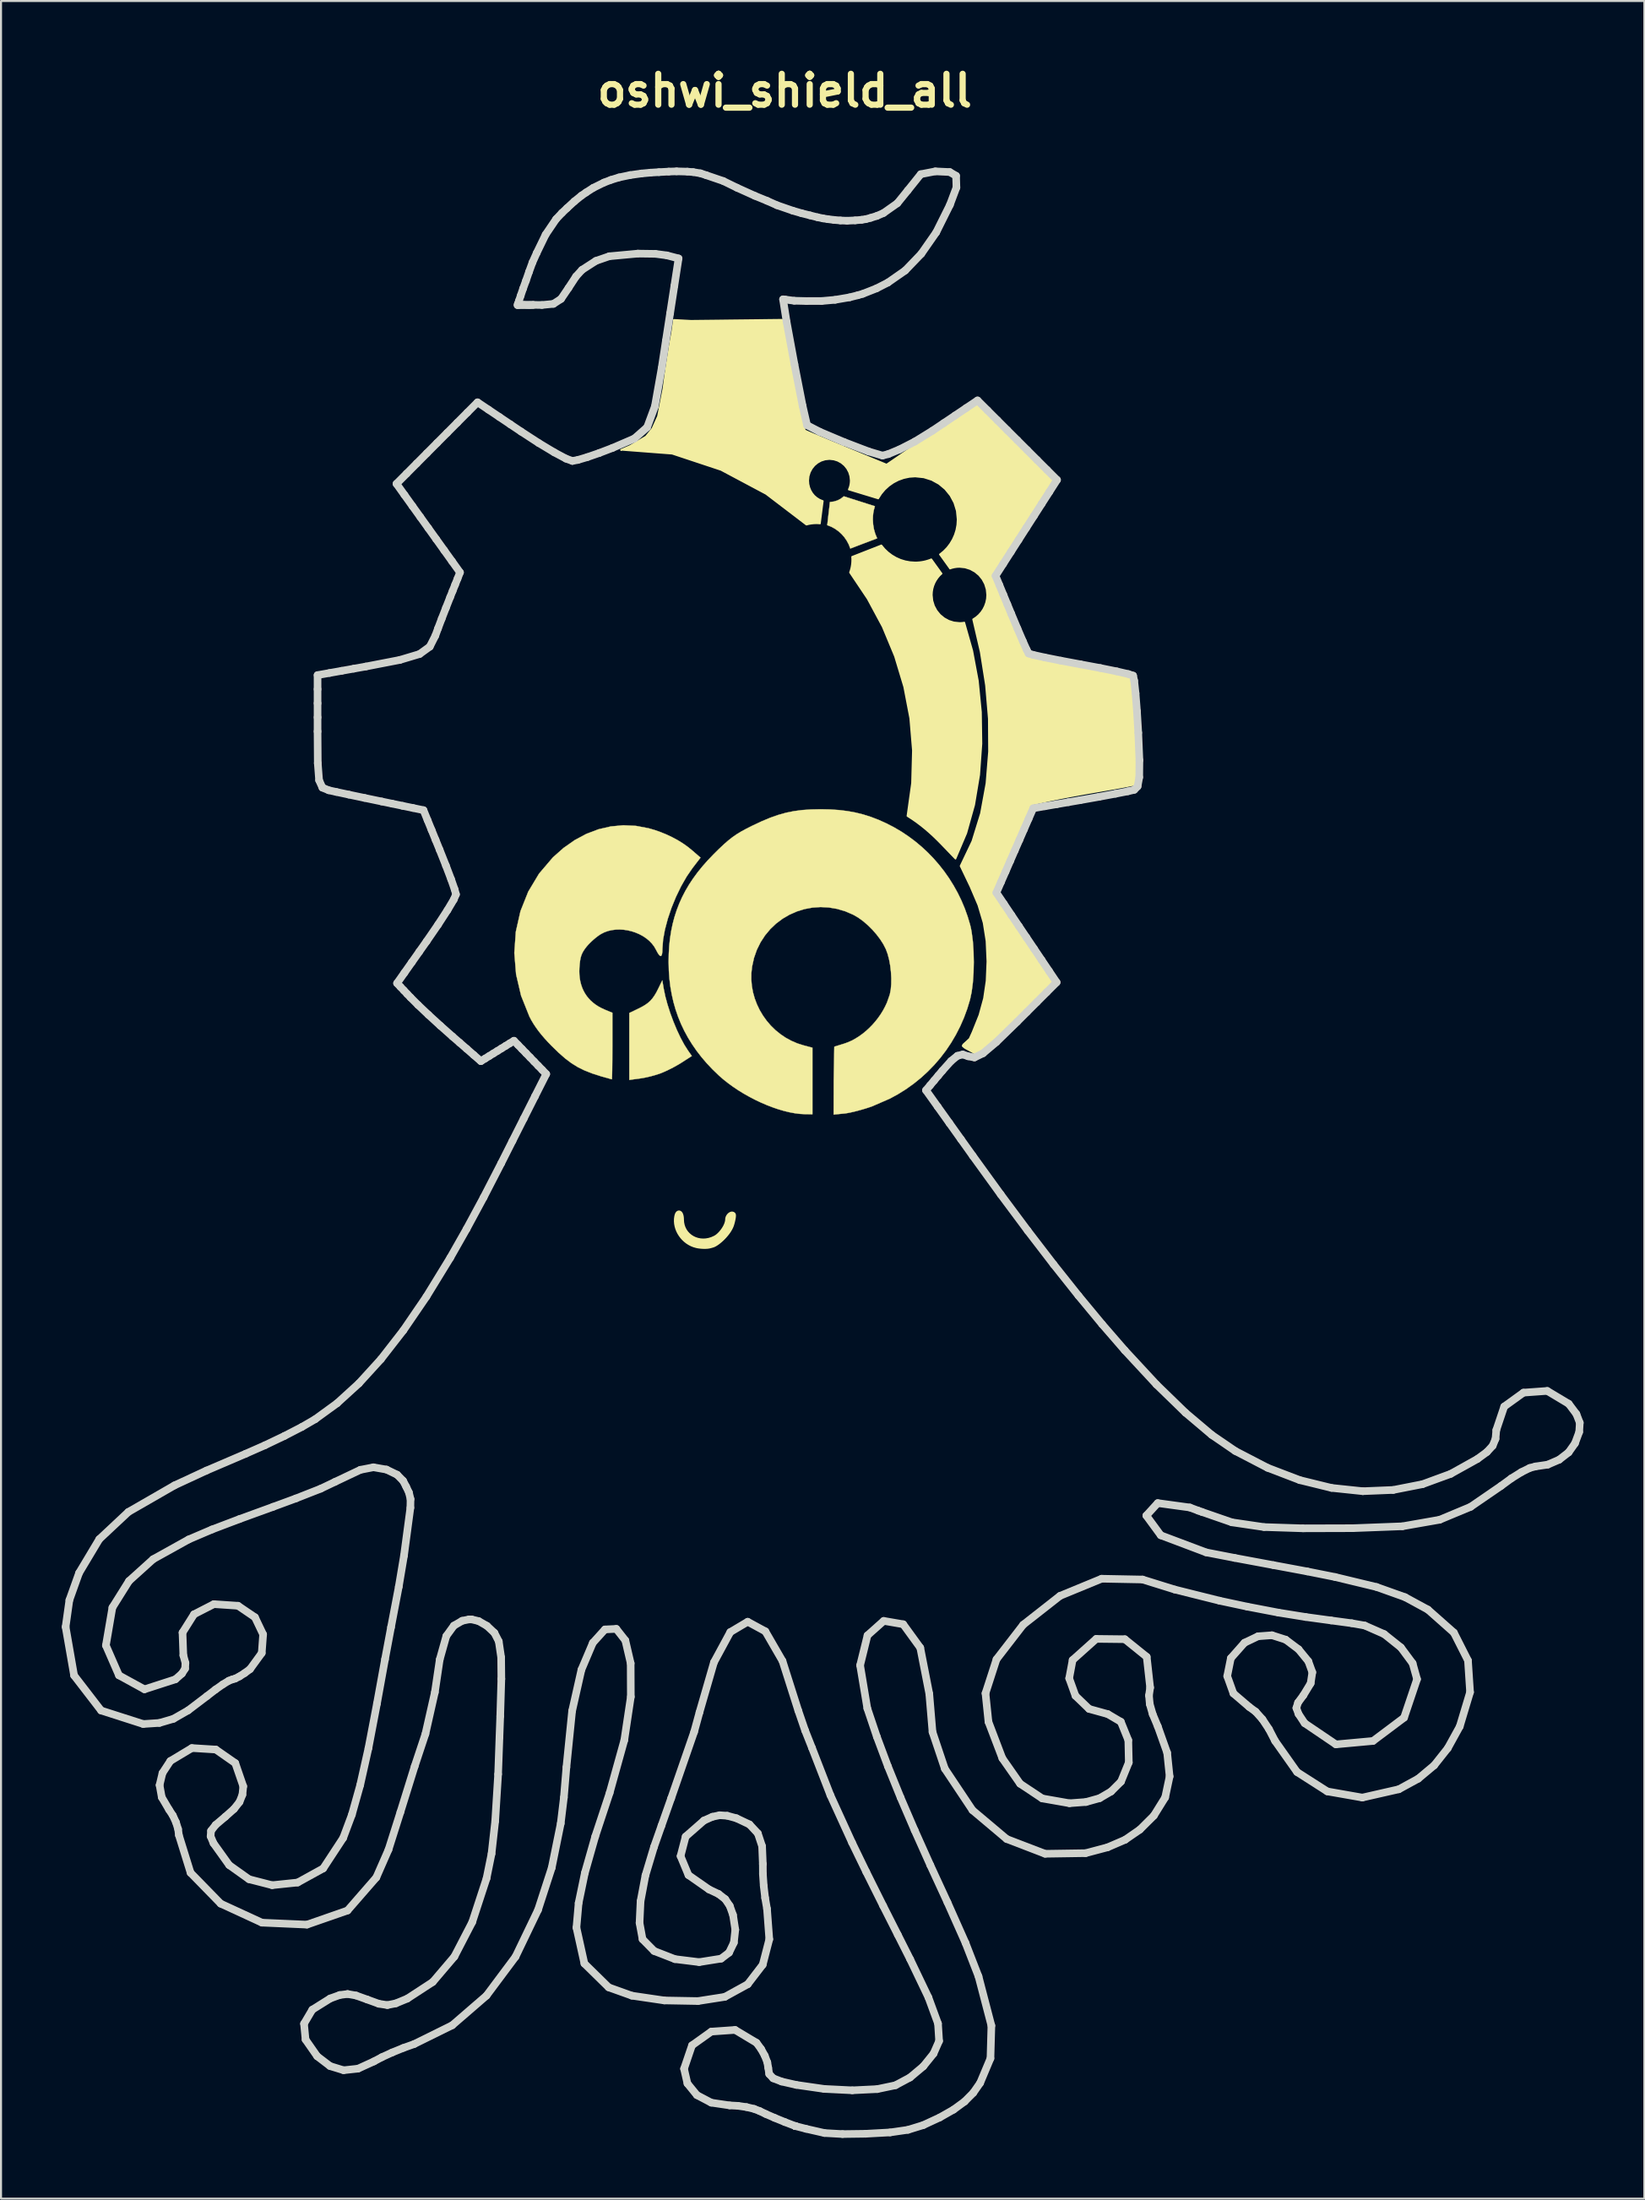
<source format=kicad_pcb>
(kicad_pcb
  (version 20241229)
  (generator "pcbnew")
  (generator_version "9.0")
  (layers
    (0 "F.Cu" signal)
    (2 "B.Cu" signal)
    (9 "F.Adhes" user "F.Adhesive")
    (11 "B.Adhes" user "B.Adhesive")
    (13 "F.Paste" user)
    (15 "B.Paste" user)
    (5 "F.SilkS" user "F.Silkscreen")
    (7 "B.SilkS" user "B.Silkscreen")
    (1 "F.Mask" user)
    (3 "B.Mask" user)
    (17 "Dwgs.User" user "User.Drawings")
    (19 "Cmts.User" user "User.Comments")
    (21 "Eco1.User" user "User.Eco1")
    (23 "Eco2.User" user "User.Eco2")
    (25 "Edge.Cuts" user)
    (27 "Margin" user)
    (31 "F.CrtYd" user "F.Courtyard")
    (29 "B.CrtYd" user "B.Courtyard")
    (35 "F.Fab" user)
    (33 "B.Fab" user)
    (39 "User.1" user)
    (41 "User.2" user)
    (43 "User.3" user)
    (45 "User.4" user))
  (footprint "oshwi_shield_all"
    (layer "F.Cu")
    (at 35.674 53.367)
    (property "Reference" "oshwi_shield_all" (at 0 -51.94 0) (layer "F.SilkS") (effects (font (size 1.524 1.524) (thickness 0.305))))
    (attr smd)
    (fp_poly (pts (xy 3.24 -29.351) (xy 3.405 -29.414) (xy 3.57 -29.477) (xy 3.735 -29.54) (xy 3.901 -29.603) (xy 4.066 -29.665) (xy 4.231 -29.728) (xy 4.562 -29.854) (xy 4.561 -29.855) (xy 4.561 -29.856) (xy 4.56 -29.857) (xy 4.559 -29.858) (xy 4.469 -30.074) (xy 4.404 -30.301) (xy 4.364 -30.538) (xy 4.35 -30.783) (xy 4.355 -30.947) (xy 4.37 -31.1) (xy 4.398 -31.25) (xy 4.44 -31.401) (xy 4.443 -31.41) (xy 4.446 -31.419) (xy 4.449 -31.428) (xy 4.451 -31.437) (xy 4.075 -31.557) (xy 3.7 -31.677) (xy 3.324 -31.796) (xy 2.948 -31.916) (xy 2.94 -31.918) (xy 2.932 -31.921) (xy 2.925 -31.923) (xy 2.917 -31.926) (xy 2.771 -31.811) (xy 2.606 -31.724) (xy 2.425 -31.668) (xy 2.233 -31.645) (xy 2.232 -31.64) (xy 2.231 -31.636) (xy 2.231 -31.631) (xy 2.23 -31.627) (xy 2.198 -31.346) (xy 2.165 -31.065) (xy 2.133 -30.785) (xy 2.101 -30.504) (xy 2.101 -30.504) (xy 2.101 -30.504) (xy 2.101 -30.504) (xy 2.101 -30.504) (xy 2.101 -30.504) (xy 2.101 -30.504) (xy 2.101 -30.504) (xy 2.101 -30.504) (xy 2.297 -30.426) (xy 2.481 -30.326) (xy 2.651 -30.205) (xy 2.806 -30.066) (xy 2.944 -29.909) (xy 3.063 -29.736) (xy 3.162 -29.55) (xy 3.239 -29.351) (xy 3.24 -29.351)) (stroke (width 0.015) (type solid)) (fill yes) (layer "F.SilkS"))
    (fp_poly (pts (xy -6.109 -3.462) (xy -5.997 -3.508) (xy -5.873 -3.563) (xy -5.74 -3.626) (xy -5.602 -3.694) (xy -5.465 -3.766) (xy -5.332 -3.84) (xy -5.206 -3.912) (xy -5.093 -3.982) (xy -5.03 -4.023) (xy -4.966 -4.064) (xy -4.902 -4.105) (xy -4.838 -4.146) (xy -4.774 -4.187) (xy -4.71 -4.228) (xy -4.647 -4.269) (xy -4.583 -4.31) (xy -4.607 -4.344) (xy -4.631 -4.378) (xy -4.655 -4.412) (xy -4.679 -4.446) (xy -4.703 -4.48) (xy -4.727 -4.514) (xy -4.751 -4.548) (xy -4.775 -4.582) (xy -4.957 -4.869) (xy -5.141 -5.212) (xy -5.322 -5.595) (xy -5.493 -6.006) (xy -5.649 -6.429) (xy -5.784 -6.85) (xy -5.894 -7.256) (xy -5.971 -7.631) (xy -5.98 -7.683) (xy -5.989 -7.734) (xy -5.997 -7.786) (xy -6.006 -7.837) (xy -6.015 -7.888) (xy -6.023 -7.94) (xy -6.032 -7.991) (xy -6.041 -8.042) (xy -6.065 -7.992) (xy -6.09 -7.942) (xy -6.114 -7.892) (xy -6.139 -7.841) (xy -6.163 -7.791) (xy -6.187 -7.741) (xy -6.212 -7.691) (xy -6.236 -7.64) (xy -6.333 -7.451) (xy -6.428 -7.291) (xy -6.525 -7.154) (xy -6.629 -7.035) (xy -6.746 -6.93) (xy -6.88 -6.834) (xy -7.036 -6.742) (xy -7.218 -6.648) (xy -7.275 -6.621) (xy -7.331 -6.594) (xy -7.387 -6.567) (xy -7.443 -6.539) (xy -7.499 -6.512) (xy -7.555 -6.485) (xy -7.612 -6.458) (xy -7.668 -6.431) (xy -7.668 -6.224) (xy -7.668 -6.018) (xy -7.668 -5.812) (xy -7.668 -5.606) (xy -7.668 -5.399) (xy -7.668 -5.193) (xy -7.668 -4.987) (xy -7.668 -4.781) (xy -7.668 -4.574) (xy -7.668 -4.368) (xy -7.668 -4.162) (xy -7.668 -3.956) (xy -7.668 -3.749) (xy -7.668 -3.543) (xy -7.668 -3.337) (xy -7.668 -3.131) (xy -7.602 -3.139) (xy -7.536 -3.148) (xy -7.47 -3.157) (xy -7.404 -3.166) (xy -7.338 -3.174) (xy -7.273 -3.183) (xy -7.207 -3.192) (xy -7.141 -3.201) (xy -7.025 -3.219) (xy -6.896 -3.243) (xy -6.76 -3.272) (xy -6.62 -3.306) (xy -6.481 -3.343) (xy -6.347 -3.382) (xy -6.221 -3.422) (xy -6.109 -3.462) (xy -6.109 -3.462)) (stroke (width 0.014) (type solid)) (fill yes) (layer "F.SilkS"))
    (fp_poly (pts (xy 6.052 -16.151) (xy 6.279 -17.773) (xy 6.322 -19.384) (xy 6.19 -20.972) (xy 5.892 -22.525) (xy 5.437 -24.033) (xy 4.833 -25.485) (xy 4.09 -26.867) (xy 3.217 -28.169) (xy 3.242 -28.243) (xy 3.264 -28.319) (xy 3.284 -28.395) (xy 3.299 -28.473) (xy 3.312 -28.552) (xy 3.321 -28.632) (xy 3.326 -28.714) (xy 3.328 -28.796) (xy 3.328 -28.814) (xy 3.327 -28.833) (xy 3.327 -28.851) (xy 3.326 -28.87) (xy 3.325 -28.888) (xy 3.324 -28.906) (xy 3.323 -28.924) (xy 3.322 -28.943) (xy 3.503 -29.014) (xy 3.684 -29.085) (xy 3.865 -29.156) (xy 4.047 -29.227) (xy 4.228 -29.298) (xy 4.409 -29.369) (xy 4.59 -29.44) (xy 4.771 -29.511) (xy 4.771 -29.511) (xy 4.771 -29.511) (xy 4.771 -29.511) (xy 4.771 -29.511) (xy 4.771 -29.511) (xy 4.771 -29.511) (xy 4.771 -29.511) (xy 4.771 -29.511) (xy 4.925 -29.327) (xy 5.097 -29.163) (xy 5.287 -29.019) (xy 5.493 -28.897) (xy 5.713 -28.799) (xy 5.946 -28.727) (xy 6.189 -28.683) (xy 6.441 -28.667) (xy 6.545 -28.67) (xy 6.649 -28.678) (xy 6.751 -28.691) (xy 6.851 -28.708) (xy 6.95 -28.731) (xy 7.047 -28.758) (xy 7.142 -28.789) (xy 7.235 -28.826) (xy 7.236 -28.824) (xy 7.238 -28.822) (xy 7.239 -28.82) (xy 7.241 -28.818) (xy 7.242 -28.816) (xy 7.243 -28.815) (xy 7.245 -28.813) (xy 7.246 -28.811) (xy 7.308 -28.725) (xy 7.37 -28.639) (xy 7.431 -28.553) (xy 7.493 -28.468) (xy 7.555 -28.382) (xy 7.617 -28.296) (xy 7.678 -28.21) (xy 7.74 -28.124) (xy 7.741 -28.123) (xy 7.742 -28.121) (xy 7.743 -28.12) (xy 7.743 -28.119) (xy 7.744 -28.117) (xy 7.745 -28.116) (xy 7.746 -28.115) (xy 7.747 -28.113) (xy 7.641 -28.013) (xy 7.547 -27.901) (xy 7.465 -27.78) (xy 7.395 -27.65) (xy 7.339 -27.512) (xy 7.298 -27.367) (xy 7.273 -27.216) (xy 7.264 -27.06) (xy 7.292 -26.782) (xy 7.371 -26.523) (xy 7.497 -26.289) (xy 7.663 -26.085) (xy 7.865 -25.917) (xy 8.096 -25.789) (xy 8.351 -25.709) (xy 8.626 -25.681) (xy 8.656 -25.681) (xy 8.687 -25.682) (xy 8.717 -25.684) (xy 8.747 -25.686) (xy 8.776 -25.689) (xy 8.806 -25.693) (xy 8.835 -25.697) (xy 8.865 -25.702) (xy 8.865 -25.702) (xy 8.865 -25.702) (xy 8.865 -25.702) (xy 8.865 -25.702) (xy 8.865 -25.702) (xy 8.865 -25.702) (xy 8.865 -25.702) (xy 8.865 -25.702) (xy 9.261 -24.307) (xy 9.538 -22.821) (xy 9.69 -21.28) (xy 9.713 -19.722) (xy 9.603 -18.182) (xy 9.355 -16.697) (xy 8.965 -15.305) (xy 8.429 -14.041) (xy 8.426 -14.044) (xy 8.423 -14.047) (xy 8.42 -14.051) (xy 8.417 -14.054) (xy 8.414 -14.057) (xy 8.41 -14.06) (xy 8.407 -14.063) (xy 8.404 -14.066) (xy 8.317 -14.156) (xy 8.23 -14.246) (xy 8.144 -14.336) (xy 8.057 -14.426) (xy 7.97 -14.517) (xy 7.883 -14.607) (xy 7.796 -14.697) (xy 7.709 -14.787) (xy 7.506 -14.991) (xy 7.304 -15.186) (xy 7.1 -15.37) (xy 6.896 -15.544) (xy 6.689 -15.709) (xy 6.48 -15.865) (xy 6.268 -16.012) (xy 6.052 -16.151) (xy 6.052 -16.151)) (stroke (width 0.073) (type solid)) (fill yes) (layer "F.SilkS"))
    (fp_poly (pts (xy -8.505 -4.797) (xy -8.505 -5.003) (xy -8.505 -5.208) (xy -8.505 -5.414) (xy -8.505 -5.619) (xy -8.505 -5.825) (xy -8.505 -6.031) (xy -8.505 -6.236) (xy -8.505 -6.442) (xy -8.553 -6.462) (xy -8.601 -6.482) (xy -8.649 -6.502) (xy -8.697 -6.522) (xy -8.745 -6.542) (xy -8.794 -6.562) (xy -8.842 -6.582) (xy -8.89 -6.602) (xy -9.048 -6.675) (xy -9.195 -6.755) (xy -9.333 -6.844) (xy -9.459 -6.941) (xy -9.576 -7.045) (xy -9.681 -7.158) (xy -9.776 -7.277) (xy -9.86 -7.405) (xy -9.933 -7.539) (xy -9.995 -7.68) (xy -10.046 -7.829) (xy -10.086 -7.984) (xy -10.115 -8.146) (xy -10.132 -8.314) (xy -10.138 -8.489) (xy -10.132 -8.67) (xy -10.117 -8.854) (xy -10.098 -9.011) (xy -10.073 -9.147) (xy -10.038 -9.268) (xy -9.994 -9.378) (xy -9.936 -9.484) (xy -9.865 -9.592) (xy -9.777 -9.707) (xy -9.705 -9.79) (xy -9.623 -9.876) (xy -9.533 -9.964) (xy -9.437 -10.051) (xy -9.339 -10.134) (xy -9.242 -10.21) (xy -9.148 -10.277) (xy -9.061 -10.332) (xy -8.894 -10.416) (xy -8.715 -10.48) (xy -8.528 -10.523) (xy -8.335 -10.547) (xy -8.138 -10.552) (xy -7.939 -10.54) (xy -7.741 -10.509) (xy -7.545 -10.462) (xy -7.355 -10.399) (xy -7.172 -10.32) (xy -6.998 -10.227) (xy -6.837 -10.119) (xy -6.689 -9.998) (xy -6.558 -9.863) (xy -6.445 -9.717) (xy -6.354 -9.559) (xy -6.278 -9.415) (xy -6.213 -9.315) (xy -6.159 -9.257) (xy -6.114 -9.242) (xy -6.08 -9.269) (xy -6.055 -9.339) (xy -6.04 -9.452) (xy -6.035 -9.608) (xy -6.002 -10.053) (xy -5.911 -10.55) (xy -5.77 -11.08) (xy -5.586 -11.625) (xy -5.364 -12.167) (xy -5.112 -12.687) (xy -4.837 -13.167) (xy -4.546 -13.589) (xy -4.497 -13.652) (xy -4.448 -13.716) (xy -4.399 -13.78) (xy -4.35 -13.844) (xy -4.301 -13.907) (xy -4.252 -13.971) (xy -4.203 -14.035) (xy -4.154 -14.098) (xy -4.21 -14.146) (xy -4.265 -14.194) (xy -4.321 -14.242) (xy -4.376 -14.29) (xy -4.432 -14.337) (xy -4.487 -14.385) (xy -4.542 -14.433) (xy -4.598 -14.481) (xy -4.811 -14.651) (xy -5.045 -14.814) (xy -5.296 -14.968) (xy -5.562 -15.11) (xy -5.84 -15.241) (xy -6.127 -15.358) (xy -6.421 -15.461) (xy -6.719 -15.547) (xy -7.341 -15.665) (xy -7.964 -15.694) (xy -8.581 -15.637) (xy -9.19 -15.496) (xy -9.785 -15.271) (xy -10.362 -14.963) (xy -10.915 -14.575) (xy -11.441 -14.108) (xy -12.123 -13.308) (xy -12.656 -12.419) (xy -13.039 -11.458) (xy -13.268 -10.445) (xy -13.342 -9.399) (xy -13.256 -8.34) (xy -13.009 -7.285) (xy -12.597 -6.255) (xy -12.505 -6.08) (xy -12.401 -5.905) (xy -12.284 -5.728) (xy -12.154 -5.548) (xy -12.01 -5.366) (xy -11.851 -5.18) (xy -11.678 -4.99) (xy -11.489 -4.796) (xy -11.146 -4.463) (xy -10.83 -4.186) (xy -10.524 -3.956) (xy -10.211 -3.762) (xy -9.872 -3.595) (xy -9.491 -3.446) (xy -9.05 -3.304) (xy -8.531 -3.16) (xy -8.526 -3.192) (xy -8.521 -3.287) (xy -8.517 -3.438) (xy -8.513 -3.638) (xy -8.51 -3.881) (xy -8.507 -4.159) (xy -8.506 -4.467) (xy -8.505 -4.797) (xy -8.505 -4.797) (xy -8.505 -4.797) (xy -8.505 -4.797) (xy -8.505 -4.797) (xy -8.505 -4.797) (xy -8.505 -4.797)) (stroke (width 0.014) (type solid)) (fill yes) (layer "F.SilkS"))
    (fp_poly (pts (xy -4.351 5.042) (xy -4.469 5.008) (xy -4.581 4.963) (xy -4.689 4.907) (xy -4.79 4.842) (xy -4.884 4.768) (xy -4.971 4.686) (xy -5.051 4.597) (xy -5.122 4.502) (xy -5.184 4.402) (xy -5.237 4.297) (xy -5.28 4.188) (xy -5.312 4.076) (xy -5.334 3.962) (xy -5.343 3.847) (xy -5.341 3.731) (xy -5.325 3.615) (xy -5.313 3.564) (xy -5.299 3.521) (xy -5.283 3.488) (xy -5.265 3.463) (xy -5.247 3.447) (xy -5.228 3.439) (xy -5.209 3.439) (xy -5.19 3.446) (xy -5.171 3.461) (xy -5.154 3.484) (xy -5.138 3.513) (xy -5.125 3.549) (xy -5.113 3.592) (xy -5.105 3.64) (xy -5.099 3.695) (xy -5.097 3.755) (xy -5.087 3.909) (xy -5.058 4.053) (xy -5.011 4.188) (xy -4.948 4.312) (xy -4.87 4.424) (xy -4.778 4.524) (xy -4.675 4.611) (xy -4.56 4.685) (xy -4.437 4.743) (xy -4.305 4.786) (xy -4.168 4.813) (xy -4.025 4.823) (xy -3.879 4.815) (xy -3.73 4.788) (xy -3.581 4.742) (xy -3.433 4.676) (xy -3.376 4.643) (xy -3.319 4.604) (xy -3.263 4.558) (xy -3.208 4.507) (xy -3.155 4.452) (xy -3.104 4.393) (xy -3.055 4.331) (xy -3.009 4.267) (xy -2.967 4.201) (xy -2.929 4.135) (xy -2.896 4.068) (xy -2.867 4.001) (xy -2.845 3.936) (xy -2.828 3.873) (xy -2.817 3.812) (xy -2.813 3.755) (xy -2.811 3.724) (xy -2.805 3.694) (xy -2.796 3.664) (xy -2.783 3.636) (xy -2.768 3.609) (xy -2.75 3.584) (xy -2.731 3.561) (xy -2.71 3.541) (xy -2.688 3.524) (xy -2.665 3.51) (xy -2.642 3.499) (xy -2.62 3.493) (xy -2.598 3.491) (xy -2.577 3.494) (xy -2.558 3.502) (xy -2.54 3.515) (xy -2.535 3.523) (xy -2.532 3.535) (xy -2.531 3.55) (xy -2.53 3.57) (xy -2.531 3.592) (xy -2.533 3.618) (xy -2.536 3.647) (xy -2.541 3.679) (xy -2.547 3.713) (xy -2.554 3.749) (xy -2.562 3.787) (xy -2.571 3.827) (xy -2.581 3.868) (xy -2.592 3.911) (xy -2.604 3.954) (xy -2.617 3.998) (xy -2.646 4.08) (xy -2.685 4.164) (xy -2.732 4.248) (xy -2.785 4.332) (xy -2.845 4.415) (xy -2.91 4.496) (xy -2.978 4.574) (xy -3.049 4.649) (xy -3.121 4.72) (xy -3.194 4.785) (xy -3.266 4.845) (xy -3.336 4.898) (xy -3.403 4.943) (xy -3.466 4.98) (xy -3.523 5.007) (xy -3.575 5.025) (xy -3.597 5.031) (xy -3.617 5.037) (xy -3.636 5.042) (xy -3.653 5.047) (xy -3.669 5.051) (xy -3.685 5.055) (xy -3.7 5.059) (xy -3.715 5.063) (xy -3.73 5.066) (xy -3.746 5.069) (xy -3.763 5.072) (xy -3.781 5.074) (xy -3.8 5.077) (xy -3.821 5.079) (xy -3.844 5.081) (xy -3.869 5.082) (xy -3.886 5.083) (xy -3.905 5.084) (xy -3.927 5.084) (xy -3.951 5.084) (xy -3.978 5.084) (xy -4.007 5.084) (xy -4.037 5.082) (xy -4.069 5.081) (xy -4.102 5.079) (xy -4.137 5.076) (xy -4.172 5.072) (xy -4.207 5.068) (xy -4.244 5.063) (xy -4.28 5.057) (xy -4.316 5.05) (xy -4.352 5.042) (xy -4.352 5.042) (xy -4.352 5.042) (xy -4.352 5.042) (xy -4.352 5.042) (xy -4.352 5.042) (xy -4.352 5.042) (xy -4.352 5.042) (xy -4.352 5.042) (xy -4.352 5.042) (xy -4.352 5.042) (xy -4.352 5.042) (xy -4.352 5.042) (xy -4.352 5.042) (xy -4.351 5.042) (xy -4.351 5.042) (xy -4.351 5.042) (xy -4.351 5.042) (xy -4.351 5.042) (xy -4.351 5.042) (xy -4.351 5.042) (xy -4.351 5.042) (xy -4.351 5.042) (xy -4.351 5.042) (xy -4.351 5.042) (xy -4.351 5.042) (xy -4.351 5.042) (xy -4.351 5.042) (xy -4.351 5.042) (xy -4.351 5.042) (xy -4.351 5.042) (xy -4.351 5.042) (xy -4.351 5.042)) (stroke (width 0.248) (type solid)) (fill yes) (layer "F.SilkS"))
    (fp_poly (pts (xy 1.368 -3.077) (xy 1.368 -3.282) (xy 1.368 -3.488) (xy 1.368 -3.693) (xy 1.368 -3.898) (xy 1.368 -4.103) (xy 1.368 -4.309) (xy 1.368 -4.514) (xy 1.368 -4.719) (xy 1.313 -4.733) (xy 1.258 -4.748) (xy 1.204 -4.762) (xy 1.149 -4.777) (xy 1.095 -4.791) (xy 1.04 -4.806) (xy 0.985 -4.82) (xy 0.958 -4.827) (xy 0.931 -4.834) (xy 0.622 -4.932) (xy 0.328 -5.059) (xy 0.048 -5.211) (xy -0.214 -5.389) (xy -0.459 -5.588) (xy -0.685 -5.809) (xy -0.89 -6.048) (xy -1.073 -6.304) (xy -1.234 -6.574) (xy -1.37 -6.858) (xy -1.481 -7.153) (xy -1.566 -7.456) (xy -1.622 -7.767) (xy -1.649 -8.083) (xy -1.646 -8.402) (xy -1.61 -8.722) (xy -1.515 -9.151) (xy -1.374 -9.552) (xy -1.19 -9.924) (xy -0.967 -10.265) (xy -0.709 -10.574) (xy -0.42 -10.848) (xy -0.103 -11.085) (xy 0.238 -11.284) (xy 0.6 -11.443) (xy 0.978 -11.56) (xy 1.37 -11.633) (xy 1.771 -11.66) (xy 2.178 -11.639) (xy 2.588 -11.569) (xy 2.995 -11.448) (xy 3.398 -11.273) (xy 3.631 -11.137) (xy 3.866 -10.967) (xy 4.097 -10.77) (xy 4.319 -10.55) (xy 4.525 -10.315) (xy 4.71 -10.072) (xy 4.868 -9.825) (xy 4.993 -9.581) (xy 5.08 -9.344) (xy 5.152 -9.07) (xy 5.207 -8.773) (xy 5.243 -8.464) (xy 5.261 -8.154) (xy 5.258 -7.858) (xy 5.234 -7.586) (xy 5.188 -7.35) (xy 5.048 -6.948) (xy 4.956 -6.751) (xy 4.852 -6.558) (xy 4.736 -6.37) (xy 4.608 -6.187) (xy 4.47 -6.012) (xy 4.323 -5.845) (xy 4.168 -5.687) (xy 4.006 -5.539) (xy 3.837 -5.402) (xy 3.663 -5.277) (xy 3.484 -5.165) (xy 3.302 -5.067) (xy 3.117 -4.985) (xy 2.93 -4.918) (xy 2.87 -4.9) (xy 2.81 -4.881) (xy 2.749 -4.862) (xy 2.689 -4.843) (xy 2.629 -4.825) (xy 2.568 -4.806) (xy 2.508 -4.787) (xy 2.448 -4.768) (xy 2.444 -4.558) (xy 2.441 -4.348) (xy 2.437 -4.138) (xy 2.434 -3.928) (xy 2.43 -3.718) (xy 2.426 -3.508) (xy 2.423 -3.298) (xy 2.419 -3.087) (xy 2.419 -2.879) (xy 2.418 -2.671) (xy 2.418 -2.463) (xy 2.417 -2.254) (xy 2.416 -2.046) (xy 2.416 -1.838) (xy 2.415 -1.629) (xy 2.415 -1.421) (xy 2.483 -1.427) (xy 2.551 -1.434) (xy 2.619 -1.44) (xy 2.687 -1.447) (xy 2.754 -1.454) (xy 2.822 -1.46) (xy 2.89 -1.467) (xy 2.958 -1.473) (xy 3.089 -1.492) (xy 3.242 -1.522) (xy 3.412 -1.56) (xy 3.595 -1.606) (xy 3.783 -1.658) (xy 3.971 -1.713) (xy 4.155 -1.772) (xy 4.327 -1.832) (xy 5.19 -2.207) (xy 5.598 -2.43) (xy 5.99 -2.675) (xy 6.364 -2.943) (xy 6.721 -3.231) (xy 7.059 -3.54) (xy 7.378 -3.868) (xy 7.677 -4.214) (xy 7.956 -4.579) (xy 8.212 -4.96) (xy 8.446 -5.358) (xy 8.658 -5.771) (xy 8.845 -6.198) (xy 9.008 -6.639) (xy 9.145 -7.093) (xy 9.226 -7.476) (xy 9.284 -7.927) (xy 9.319 -8.424) (xy 9.33 -8.944) (xy 9.319 -9.463) (xy 9.285 -9.961) (xy 9.227 -10.412) (xy 9.19 -10.614) (xy 9.146 -10.796) (xy 9.025 -11.2) (xy 8.883 -11.596) (xy 8.72 -11.982) (xy 8.537 -12.358) (xy 8.334 -12.723) (xy 8.113 -13.077) (xy 7.874 -13.418) (xy 7.617 -13.745) (xy 7.344 -14.059) (xy 7.055 -14.357) (xy 6.75 -14.64) (xy 6.431 -14.906) (xy 6.097 -15.154) (xy 5.751 -15.385) (xy 5.391 -15.596) (xy 5.019 -15.788) (xy 4.636 -15.961) (xy 4.257 -16.106) (xy 3.877 -16.227) (xy 3.49 -16.323) (xy 3.093 -16.395) (xy 2.678 -16.446) (xy 2.242 -16.475) (xy 1.779 -16.485) (xy 1.303 -16.475) (xy 0.867 -16.446) (xy 0.459 -16.392) (xy 0.065 -16.313) (xy -0.326 -16.203) (xy -0.728 -16.061) (xy -1.154 -15.882) (xy -1.615 -15.665) (xy -1.902 -15.52) (xy -2.152 -15.384) (xy -2.375 -15.248) (xy -2.584 -15.102) (xy -2.791 -14.939) (xy -3.009 -14.748) (xy -3.249 -14.522) (xy -3.381 -14.392) (xy -3.522 -14.251) (xy -3.802 -13.959) (xy -4.061 -13.665) (xy -4.301 -13.369) (xy -4.52 -13.07) (xy -4.72 -12.767) (xy -4.901 -12.459) (xy -5.063 -12.146) (xy -5.207 -11.826) (xy -5.332 -11.499) (xy -5.44 -11.165) (xy -5.53 -10.822) (xy -5.603 -10.47) (xy -5.659 -10.108) (xy -5.698 -9.735) (xy -5.721 -9.35) (xy -5.728 -8.954) (xy -5.718 -8.539) (xy -5.69 -8.135) (xy -5.642 -7.739) (xy -5.575 -7.353) (xy -5.49 -6.976) (xy -5.385 -6.608) (xy -5.261 -6.248) (xy -5.118 -5.896) (xy -4.955 -5.553) (xy -4.773 -5.218) (xy -4.571 -4.891) (xy -4.35 -4.571) (xy -4.109 -4.259) (xy -3.849 -3.954) (xy -3.569 -3.657) (xy -3.268 -3.366) (xy -3.047 -3.171) (xy -2.809 -2.982) (xy -2.559 -2.799) (xy -2.297 -2.623) (xy -2.026 -2.456) (xy -1.747 -2.299) (xy -1.464 -2.151) (xy -1.177 -2.015) (xy -0.889 -1.891) (xy -0.603 -1.78) (xy -0.319 -1.683) (xy -0.04 -1.601) (xy 0.231 -1.535) (xy 0.493 -1.486) (xy 0.744 -1.454) (xy 0.982 -1.441) (xy 1.03 -1.44) (xy 1.078 -1.439) (xy 1.127 -1.439) (xy 1.175 -1.438) (xy 1.223 -1.437) (xy 1.271 -1.436) (xy 1.319 -1.435) (xy 1.368 -1.434) (xy 1.368 -1.64) (xy 1.368 -1.845) (xy 1.368 -2.05) (xy 1.368 -2.255) (xy 1.368 -2.461) (xy 1.368 -2.666) (xy 1.368 -2.871) (xy 1.368 -3.076) (xy 1.368 -3.076) (xy 1.367 -3.076) (xy 1.367 -3.076) (xy 1.367 -3.076) (xy 1.367 -3.076) (xy 1.367 -3.076) (xy 1.367 -3.076) (xy 1.367 -3.076) (xy 1.367 -3.076) (xy 1.367 -3.076) (xy 1.367 -3.076) (xy 1.367 -3.076) (xy 1.367 -3.076) (xy 1.367 -3.076) (xy 1.367 -3.076) (xy 1.368 -3.077)) (stroke (width 0.014) (type solid)) (fill yes) (layer "F.SilkS"))
    (fp_poly (pts (xy -8.064 -34.199) (xy -8.071 -34.208) (xy -8.076 -34.214) (xy -8.079 -34.218) (xy -8.08 -34.22) (xy -5.554 -34.026) (xy -3.143 -33.226) (xy -0.922 -32.043) (xy 1.07 -30.524) (xy 1.07 -30.524) (xy 1.07 -30.524) (xy 1.07 -30.524) (xy 1.07 -30.524) (xy 1.187 -30.553) (xy 1.307 -30.574) (xy 1.43 -30.587) (xy 1.555 -30.592) (xy 1.602 -30.591) (xy 1.65 -30.589) (xy 1.696 -30.586) (xy 1.743 -30.582) (xy 1.778 -30.861) (xy 1.814 -31.14) (xy 1.849 -31.419) (xy 1.885 -31.698) (xy 1.882 -31.698) (xy 1.88 -31.699) (xy 1.877 -31.7) (xy 1.875 -31.701) (xy 1.872 -31.702) (xy 1.87 -31.703) (xy 1.867 -31.703) (xy 1.864 -31.704) (xy 1.714 -31.768) (xy 1.579 -31.853) (xy 1.459 -31.957) (xy 1.358 -32.08) (xy 1.276 -32.218) (xy 1.215 -32.369) (xy 1.177 -32.532) (xy 1.164 -32.704) (xy 1.185 -32.917) (xy 1.246 -33.116) (xy 1.343 -33.295) (xy 1.47 -33.452) (xy 1.625 -33.581) (xy 1.802 -33.679) (xy 1.998 -33.74) (xy 2.209 -33.762) (xy 2.419 -33.74) (xy 2.615 -33.679) (xy 2.793 -33.581) (xy 2.948 -33.452) (xy 3.075 -33.295) (xy 3.171 -33.115) (xy 3.232 -32.917) (xy 3.254 -32.704) (xy 3.247 -32.586) (xy 3.229 -32.472) (xy 3.198 -32.363) (xy 3.157 -32.259) (xy 3.168 -32.256) (xy 3.179 -32.252) (xy 3.19 -32.249) (xy 3.201 -32.246) (xy 3.55 -32.14) (xy 3.899 -32.034) (xy 4.248 -31.928) (xy 4.597 -31.822) (xy 4.599 -31.821) (xy 4.601 -31.82) (xy 4.604 -31.82) (xy 4.606 -31.819) (xy 4.608 -31.818) (xy 4.61 -31.818) (xy 4.613 -31.817) (xy 4.615 -31.816) (xy 4.764 -32.049) (xy 4.941 -32.259) (xy 5.143 -32.444) (xy 5.367 -32.601) (xy 5.612 -32.728) (xy 5.874 -32.822) (xy 6.151 -32.881) (xy 6.44 -32.901) (xy 6.861 -32.858) (xy 7.253 -32.734) (xy 7.608 -32.539) (xy 7.917 -32.281) (xy 8.172 -31.968) (xy 8.365 -31.608) (xy 8.487 -31.211) (xy 8.529 -30.784) (xy 8.513 -30.522) (xy 8.467 -30.269) (xy 8.392 -30.028) (xy 8.29 -29.8) (xy 8.163 -29.587) (xy 8.014 -29.392) (xy 7.843 -29.216) (xy 7.653 -29.061) (xy 7.655 -29.059) (xy 7.657 -29.056) (xy 7.658 -29.054) (xy 7.66 -29.051) (xy 7.662 -29.049) (xy 7.663 -29.047) (xy 7.665 -29.044) (xy 7.667 -29.042) (xy 7.786 -28.876) (xy 7.905 -28.71) (xy 8.024 -28.544) (xy 8.143 -28.378) (xy 8.147 -28.372) (xy 8.15 -28.367) (xy 8.154 -28.361) (xy 8.157 -28.356) (xy 8.269 -28.392) (xy 8.384 -28.418) (xy 8.503 -28.434) (xy 8.625 -28.44) (xy 8.9 -28.412) (xy 9.155 -28.331) (xy 9.386 -28.204) (xy 9.588 -28.036) (xy 9.754 -27.832) (xy 9.88 -27.597) (xy 9.959 -27.338) (xy 9.987 -27.06) (xy 9.974 -26.87) (xy 9.936 -26.688) (xy 9.876 -26.516) (xy 9.795 -26.354) (xy 9.694 -26.206) (xy 9.576 -26.073) (xy 9.441 -25.957) (xy 9.293 -25.858) (xy 9.668 -24.246) (xy 9.928 -22.601) (xy 10.068 -20.952) (xy 10.078 -19.33) (xy 9.951 -17.763) (xy 9.68 -16.28) (xy 9.257 -14.911) (xy 8.674 -13.686) (xy 8.675 -13.682) (xy 8.677 -13.678) (xy 8.679 -13.675) (xy 8.681 -13.671) (xy 8.8 -13.422) (xy 8.919 -13.174) (xy 9.038 -12.925) (xy 9.157 -12.677) (xy 9.552 -11.752) (xy 9.811 -10.88) (xy 9.953 -9.981) (xy 9.997 -8.974) (xy 9.957 -8.016) (xy 9.83 -7.153) (xy 9.604 -6.329) (xy 9.267 -5.488) (xy 9.12 -5.164) (xy 8.946 -5.002) (xy 8.806 -4.877) (xy 8.776 -4.806) (xy 8.821 -4.76) (xy 8.895 -4.703) (xy 9.048 -4.619) (xy 9.147 -4.565) (xy 9.245 -4.511) (xy 9.344 -4.457) (xy 9.443 -4.403) (xy 9.816 -4.572) (xy 10.563 -5.129) (xy 11.006 -5.596) (xy 11.449 -6.063) (xy 12.137 -6.795) (xy 12.702 -7.408) (xy 13.084 -7.838) (xy 13.225 -8.02) (xy 13.114 -8.223) (xy 12.808 -8.71) (xy 12.354 -9.407) (xy 11.799 -10.242) (xy 11.442 -10.775) (xy 11.085 -11.308) (xy 10.727 -11.841) (xy 10.37 -12.374) (xy 10.527 -12.739) (xy 10.684 -13.104) (xy 10.842 -13.47) (xy 10.999 -13.835) (xy 11.267 -14.459) (xy 11.53 -15.077) (xy 11.759 -15.618) (xy 11.923 -16.011) (xy 11.997 -16.19) (xy 12.071 -16.368) (xy 12.144 -16.547) (xy 12.218 -16.725) (xy 12.433 -16.772) (xy 12.647 -16.819) (xy 12.862 -16.866) (xy 13.076 -16.913) (xy 13.542 -17.009) (xy 14.175 -17.13) (xy 14.893 -17.261) (xy 15.613 -17.386) (xy 16.268 -17.5) (xy 16.811 -17.6) (xy 17.185 -17.674) (xy 17.334 -17.713) (xy 17.344 -17.942) (xy 17.34 -18.532) (xy 17.324 -19.395) (xy 17.296 -20.441) (xy 17.277 -21.113) (xy 17.257 -21.784) (xy 17.237 -22.455) (xy 17.217 -23.127) (xy 16.793 -23.202) (xy 16.369 -23.277) (xy 15.945 -23.353) (xy 15.522 -23.428) (xy 14.794 -23.558) (xy 14.066 -23.689) (xy 13.423 -23.805) (xy 12.949 -23.892) (xy 12.73 -23.932) (xy 12.511 -23.973) (xy 12.292 -24.013) (xy 12.073 -24.054) (xy 11.99 -24.251) (xy 11.906 -24.448) (xy 11.823 -24.645) (xy 11.74 -24.843) (xy 11.567 -25.247) (xy 11.342 -25.764) (xy 11.093 -26.328) (xy 10.849 -26.872) (xy 10.638 -27.365) (xy 10.477 -27.788) (xy 10.381 -28.097) (xy 10.362 -28.194) (xy 10.366 -28.247) (xy 10.505 -28.469) (xy 10.828 -28.976) (xy 11.288 -29.693) (xy 11.835 -30.543) (xy 12.376 -31.391) (xy 12.819 -32.098) (xy 13.119 -32.592) (xy 13.229 -32.799) (xy 13.084 -32.981) (xy 12.691 -33.408) (xy 12.108 -34.017) (xy 11.396 -34.745) (xy 10.938 -35.208) (xy 10.479 -35.672) (xy 10.021 -36.135) (xy 9.563 -36.599) (xy 8.996 -36.211) (xy 8.429 -35.824) (xy 7.862 -35.436) (xy 7.295 -35.048) (xy 6.728 -34.66) (xy 6.161 -34.272) (xy 5.594 -33.885) (xy 5.027 -33.497) (xy 4.527 -33.703) (xy 4.028 -33.91) (xy 3.529 -34.116) (xy 3.029 -34.322) (xy 2.251 -34.645) (xy 1.608 -34.915) (xy 1.168 -35.103) (xy 0.997 -35.182) (xy 0.946 -35.39) (xy 0.831 -35.93) (xy 0.669 -36.721) (xy 0.477 -37.68) (xy 0.284 -38.657) (xy 0.117 -39.494) (xy -0.006 -40.103) (xy -0.067 -40.394) (xy -0.082 -40.456) (xy -0.097 -40.518) (xy -0.111 -40.581) (xy -0.126 -40.643) (xy -0.769 -40.636) (xy -1.411 -40.628) (xy -2.054 -40.621) (xy -2.697 -40.614) (xy -3.339 -40.606) (xy -3.982 -40.599) (xy -4.625 -40.592) (xy -5.472 -40.637) (xy -5.564 -39.983) (xy -5.651 -39.516) (xy -5.796 -38.599) (xy -5.894 -37.957) (xy -5.992 -37.233) (xy -6.125 -36.556) (xy -6.258 -35.878) (xy -6.532 -35.271) (xy -6.849 -34.88) (xy -7.248 -34.64) (xy -7.635 -34.412) (xy -8.081 -34.22) (xy -8.064 -34.199)) (stroke (width 0.073) (type solid)) (fill yes) (layer "F.SilkS"))
    (fp_line (start -35.486 23.861) (end -35.3 22.538) (stroke (width 0.375) (type solid)) (layer "Edge.Cuts"))
    (fp_line (start -35.3 22.538) (end -34.821 21.198) (stroke (width 0.375) (type solid)) (layer "Edge.Cuts"))
    (fp_line (start -35.068 26.257) (end -35.486 23.861) (stroke (width 0.375) (type solid)) (layer "Edge.Cuts"))
    (fp_line (start -34.821 21.198) (end -33.824 19.533) (stroke (width 0.375) (type solid)) (layer "Edge.Cuts"))
    (fp_line (start -33.824 19.533) (end -32.389 18.189) (stroke (width 0.375) (type solid)) (layer "Edge.Cuts"))
    (fp_line (start -33.735 27.987) (end -35.068 26.257) (stroke (width 0.375) (type solid)) (layer "Edge.Cuts"))
    (fp_line (start -33.498 24.775) (end -32.854 26.251) (stroke (width 0.375) (type solid)) (layer "Edge.Cuts"))
    (fp_line (start -33.178 22.906) (end -33.498 24.775) (stroke (width 0.375) (type solid)) (layer "Edge.Cuts"))
    (fp_line (start -32.854 26.251) (end -31.595 26.941) (stroke (width 0.375) (type solid)) (layer "Edge.Cuts"))
    (fp_line (start -32.389 18.189) (end -30.114 16.879) (stroke (width 0.375) (type solid)) (layer "Edge.Cuts"))
    (fp_line (start -32.358 21.596) (end -33.178 22.906) (stroke (width 0.375) (type solid)) (layer "Edge.Cuts"))
    (fp_line (start -31.657 28.653) (end -33.735 27.987) (stroke (width 0.375) (type solid)) (layer "Edge.Cuts"))
    (fp_line (start -31.595 26.941) (end -30.066 26.447) (stroke (width 0.375) (type solid)) (layer "Edge.Cuts"))
    (fp_line (start -31.166 20.52) (end -32.358 21.596) (stroke (width 0.375) (type solid)) (layer "Edge.Cuts"))
    (fp_line (start -30.856 28.6) (end -31.657 28.653) (stroke (width 0.375) (type solid)) (layer "Edge.Cuts"))
    (fp_line (start -30.849 31.669) (end -30.707 31.073) (stroke (width 0.375) (type solid)) (layer "Edge.Cuts"))
    (fp_line (start -30.741 32.268) (end -30.849 31.669) (stroke (width 0.375) (type solid)) (layer "Edge.Cuts"))
    (fp_line (start -30.707 31.073) (end -30.317 30.477) (stroke (width 0.375) (type solid)) (layer "Edge.Cuts"))
    (fp_line (start -30.385 32.874) (end -30.741 32.268) (stroke (width 0.375) (type solid)) (layer "Edge.Cuts"))
    (fp_line (start -30.317 30.477) (end -29.255 29.839) (stroke (width 0.375) (type solid)) (layer "Edge.Cuts"))
    (fp_line (start -30.195 33.166) (end -30.385 32.874) (stroke (width 0.375) (type solid)) (layer "Edge.Cuts"))
    (fp_line (start -30.166 28.397) (end -30.856 28.6) (stroke (width 0.375) (type solid)) (layer "Edge.Cuts"))
    (fp_line (start -30.114 16.879) (end -28.536 16.147) (stroke (width 0.375) (type solid)) (layer "Edge.Cuts"))
    (fp_line (start -30.066 26.447) (end -29.746 26.165) (stroke (width 0.375) (type solid)) (layer "Edge.Cuts"))
    (fp_line (start -30.04 33.502) (end -30.195 33.166) (stroke (width 0.375) (type solid)) (layer "Edge.Cuts"))
    (fp_line (start -29.935 33.839) (end -30.04 33.502) (stroke (width 0.375) (type solid)) (layer "Edge.Cuts"))
    (fp_line (start -29.896 34.137) (end -29.935 33.839) (stroke (width 0.375) (type solid)) (layer "Edge.Cuts"))
    (fp_line (start -29.746 26.165) (end -29.589 25.919) (stroke (width 0.375) (type solid)) (layer "Edge.Cuts"))
    (fp_line (start -29.717 24.141) (end -29.149 23.239) (stroke (width 0.375) (type solid)) (layer "Edge.Cuts"))
    (fp_line (start -29.676 25.266) (end -29.717 24.141) (stroke (width 0.375) (type solid)) (layer "Edge.Cuts"))
    (fp_line (start -29.589 25.919) (end -29.573 25.641) (stroke (width 0.375) (type solid)) (layer "Edge.Cuts"))
    (fp_line (start -29.573 25.641) (end -29.676 25.266) (stroke (width 0.375) (type solid)) (layer "Edge.Cuts"))
    (fp_line (start -29.435 27.978) (end -30.166 28.397) (stroke (width 0.375) (type solid)) (layer "Edge.Cuts"))
    (fp_line (start -29.411 19.545) (end -31.166 20.52) (stroke (width 0.375) (type solid)) (layer "Edge.Cuts"))
    (fp_line (start -29.32 35.993) (end -29.896 34.137) (stroke (width 0.375) (type solid)) (layer "Edge.Cuts"))
    (fp_line (start -29.255 29.839) (end -28.073 29.913) (stroke (width 0.375) (type solid)) (layer "Edge.Cuts"))
    (fp_line (start -29.149 23.239) (end -28.171 22.738) (stroke (width 0.375) (type solid)) (layer "Edge.Cuts"))
    (fp_line (start -28.536 16.147) (end -26.597 15.316) (stroke (width 0.375) (type solid)) (layer "Edge.Cuts"))
    (fp_line (start -28.511 27.276) (end -29.435 27.978) (stroke (width 0.375) (type solid)) (layer "Edge.Cuts"))
    (fp_line (start -28.331 34.192) (end -28.187 34.535) (stroke (width 0.375) (type solid)) (layer "Edge.Cuts"))
    (fp_line (start -28.31 33.922) (end -28.331 34.192) (stroke (width 0.375) (type solid)) (layer "Edge.Cuts"))
    (fp_line (start -28.262 19.054) (end -29.411 19.545) (stroke (width 0.375) (type solid)) (layer "Edge.Cuts"))
    (fp_line (start -28.187 34.535) (end -27.415 35.614) (stroke (width 0.375) (type solid)) (layer "Edge.Cuts"))
    (fp_line (start -28.171 22.738) (end -26.979 22.818) (stroke (width 0.375) (type solid)) (layer "Edge.Cuts"))
    (fp_line (start -28.097 26.957) (end -28.511 27.276) (stroke (width 0.375) (type solid)) (layer "Edge.Cuts"))
    (fp_line (start -28.083 33.632) (end -28.31 33.922) (stroke (width 0.375) (type solid)) (layer "Edge.Cuts"))
    (fp_line (start -28.073 29.913) (end -27.114 30.582) (stroke (width 0.375) (type solid)) (layer "Edge.Cuts"))
    (fp_line (start -27.833 37.517) (end -29.32 35.993) (stroke (width 0.375) (type solid)) (layer "Edge.Cuts"))
    (fp_line (start -27.723 26.695) (end -28.097 26.957) (stroke (width 0.375) (type solid)) (layer "Edge.Cuts"))
    (fp_line (start -27.607 33.228) (end -28.083 33.632) (stroke (width 0.375) (type solid)) (layer "Edge.Cuts"))
    (fp_line (start -27.431 26.518) (end -27.723 26.695) (stroke (width 0.375) (type solid)) (layer "Edge.Cuts"))
    (fp_line (start -27.415 35.614) (end -26.436 36.312) (stroke (width 0.375) (type solid)) (layer "Edge.Cuts"))
    (fp_line (start -27.261 26.453) (end -27.431 26.518) (stroke (width 0.375) (type solid)) (layer "Edge.Cuts"))
    (fp_line (start -27.177 32.846) (end -27.607 33.228) (stroke (width 0.375) (type solid)) (layer "Edge.Cuts"))
    (fp_line (start -27.12 26.413) (end -27.261 26.453) (stroke (width 0.375) (type solid)) (layer "Edge.Cuts"))
    (fp_line (start -27.114 30.582) (end -26.719 31.727) (stroke (width 0.375) (type solid)) (layer "Edge.Cuts"))
    (fp_line (start -26.979 22.818) (end -26.142 23.386) (stroke (width 0.375) (type solid)) (layer "Edge.Cuts"))
    (fp_line (start -26.908 26.304) (end -27.12 26.413) (stroke (width 0.375) (type solid)) (layer "Edge.Cuts"))
    (fp_line (start -26.904 32.5) (end -27.177 32.846) (stroke (width 0.375) (type solid)) (layer "Edge.Cuts"))
    (fp_line (start -26.901 18.538) (end -28.262 19.054) (stroke (width 0.375) (type solid)) (layer "Edge.Cuts"))
    (fp_line (start -26.761 32.142) (end -26.904 32.5) (stroke (width 0.375) (type solid)) (layer "Edge.Cuts"))
    (fp_line (start -26.719 31.727) (end -26.761 32.142) (stroke (width 0.375) (type solid)) (layer "Edge.Cuts"))
    (fp_line (start -26.654 26.143) (end -26.908 26.304) (stroke (width 0.375) (type solid)) (layer "Edge.Cuts"))
    (fp_line (start -26.597 15.316) (end -25.646 14.897) (stroke (width 0.375) (type solid)) (layer "Edge.Cuts"))
    (fp_line (start -26.436 36.312) (end -25.294 36.606) (stroke (width 0.375) (type solid)) (layer "Edge.Cuts"))
    (fp_line (start -26.385 25.946) (end -26.654 26.143) (stroke (width 0.375) (type solid)) (layer "Edge.Cuts"))
    (fp_line (start -26.142 23.386) (end -25.739 24.231) (stroke (width 0.375) (type solid)) (layer "Edge.Cuts"))
    (fp_line (start -25.807 25.151) (end -26.385 25.946) (stroke (width 0.375) (type solid)) (layer "Edge.Cuts"))
    (fp_line (start -25.798 38.455) (end -27.833 37.517) (stroke (width 0.375) (type solid)) (layer "Edge.Cuts"))
    (fp_line (start -25.739 24.231) (end -25.807 25.151) (stroke (width 0.375) (type solid)) (layer "Edge.Cuts"))
    (fp_line (start -25.646 14.897) (end -24.684 14.437) (stroke (width 0.375) (type solid)) (layer "Edge.Cuts"))
    (fp_line (start -25.294 36.606) (end -24.037 36.475) (stroke (width 0.375) (type solid)) (layer "Edge.Cuts"))
    (fp_line (start -25.249 17.937) (end -26.901 18.538) (stroke (width 0.375) (type solid)) (layer "Edge.Cuts"))
    (fp_line (start -24.684 14.437) (end -23.823 13.992) (stroke (width 0.375) (type solid)) (layer "Edge.Cuts"))
    (fp_line (start -24.119 17.521) (end -25.249 17.937) (stroke (width 0.375) (type solid)) (layer "Edge.Cuts"))
    (fp_line (start -24.037 36.475) (end -22.775 35.78) (stroke (width 0.375) (type solid)) (layer "Edge.Cuts"))
    (fp_line (start -23.823 13.992) (end -23.175 13.616) (stroke (width 0.375) (type solid)) (layer "Edge.Cuts"))
    (fp_line (start -23.721 43.442) (end -23.312 42.749) (stroke (width 0.375) (type solid)) (layer "Edge.Cuts"))
    (fp_line (start -23.645 44.225) (end -23.721 43.442) (stroke (width 0.375) (type solid)) (layer "Edge.Cuts"))
    (fp_line (start -23.578 38.553) (end -25.798 38.455) (stroke (width 0.375) (type solid)) (layer "Edge.Cuts"))
    (fp_line (start -23.312 42.749) (end -22.429 42.196) (stroke (width 0.375) (type solid)) (layer "Edge.Cuts"))
    (fp_line (start -23.175 13.616) (end -22.092 12.829) (stroke (width 0.375) (type solid)) (layer "Edge.Cuts"))
    (fp_line (start -23.072 45.047) (end -23.645 44.225) (stroke (width 0.375) (type solid)) (layer "Edge.Cuts"))
    (fp_line (start -23.053 -23.104) (end -22.457 -23.21) (stroke (width 0.375) (type solid)) (layer "Edge.Cuts"))
    (fp_line (start -23.053 -22.409) (end -23.053 -23.104) (stroke (width 0.375) (type solid)) (layer "Edge.Cuts"))
    (fp_line (start -23.053 -21.715) (end -23.053 -22.409) (stroke (width 0.375) (type solid)) (layer "Edge.Cuts"))
    (fp_line (start -23.053 -21.021) (end -23.053 -21.715) (stroke (width 0.375) (type solid)) (layer "Edge.Cuts"))
    (fp_line (start -23.053 -20.326) (end -23.053 -21.021) (stroke (width 0.375) (type solid)) (layer "Edge.Cuts"))
    (fp_line (start -23.042 -18.76) (end -23.053 -20.326) (stroke (width 0.375) (type solid)) (layer "Edge.Cuts"))
    (fp_line (start -22.977 -17.916) (end -23.042 -18.76) (stroke (width 0.375) (type solid)) (layer "Edge.Cuts"))
    (fp_line (start -22.9 17.042) (end -24.119 17.521) (stroke (width 0.375) (type solid)) (layer "Edge.Cuts"))
    (fp_line (start -22.813 -17.551) (end -22.977 -17.916) (stroke (width 0.375) (type solid)) (layer "Edge.Cuts"))
    (fp_line (start -22.775 35.78) (end -21.789 34.276) (stroke (width 0.375) (type solid)) (layer "Edge.Cuts"))
    (fp_line (start -22.503 -17.422) (end -22.813 -17.551) (stroke (width 0.375) (type solid)) (layer "Edge.Cuts"))
    (fp_line (start -22.457 -23.21) (end -21.861 -23.316) (stroke (width 0.375) (type solid)) (layer "Edge.Cuts"))
    (fp_line (start -22.435 45.533) (end -23.072 45.047) (stroke (width 0.375) (type solid)) (layer "Edge.Cuts"))
    (fp_line (start -22.429 42.196) (end -21.959 42.026) (stroke (width 0.375) (type solid)) (layer "Edge.Cuts"))
    (fp_line (start -22.192 16.704) (end -22.9 17.042) (stroke (width 0.375) (type solid)) (layer "Edge.Cuts"))
    (fp_line (start -22.127 -17.339) (end -22.503 -17.422) (stroke (width 0.375) (type solid)) (layer "Edge.Cuts"))
    (fp_line (start -22.092 12.829) (end -21.012 11.845) (stroke (width 0.375) (type solid)) (layer "Edge.Cuts"))
    (fp_line (start -21.959 42.026) (end -21.571 41.976) (stroke (width 0.375) (type solid)) (layer "Edge.Cuts"))
    (fp_line (start -21.861 -23.316) (end -21.266 -23.422) (stroke (width 0.375) (type solid)) (layer "Edge.Cuts"))
    (fp_line (start -21.789 34.276) (end -21.359 33.127) (stroke (width 0.375) (type solid)) (layer "Edge.Cuts"))
    (fp_line (start -21.769 45.737) (end -22.435 45.533) (stroke (width 0.375) (type solid)) (layer "Edge.Cuts"))
    (fp_line (start -21.574 37.856) (end -23.578 38.553) (stroke (width 0.375) (type solid)) (layer "Edge.Cuts"))
    (fp_line (start -21.571 41.976) (end -21.156 42.049) (stroke (width 0.375) (type solid)) (layer "Edge.Cuts"))
    (fp_line (start -21.508 -17.207) (end -22.127 -17.339) (stroke (width 0.375) (type solid)) (layer "Edge.Cuts"))
    (fp_line (start -21.359 33.127) (end -20.949 31.664) (stroke (width 0.375) (type solid)) (layer "Edge.Cuts"))
    (fp_line (start -21.266 -23.422) (end -20.67 -23.528) (stroke (width 0.375) (type solid)) (layer "Edge.Cuts"))
    (fp_line (start -21.156 42.049) (end -20.603 42.248) (stroke (width 0.375) (type solid)) (layer "Edge.Cuts"))
    (fp_line (start -21.054 45.659) (end -21.769 45.737) (stroke (width 0.375) (type solid)) (layer "Edge.Cuts"))
    (fp_line (start -21.012 11.845) (end -19.924 10.651) (stroke (width 0.375) (type solid)) (layer "Edge.Cuts"))
    (fp_line (start -20.949 31.664) (end -20.542 29.85) (stroke (width 0.375) (type solid)) (layer "Edge.Cuts"))
    (fp_line (start -20.942 16.111) (end -22.192 16.704) (stroke (width 0.375) (type solid)) (layer "Edge.Cuts"))
    (fp_line (start -20.734 -17.044) (end -21.508 -17.207) (stroke (width 0.375) (type solid)) (layer "Edge.Cuts"))
    (fp_line (start -20.67 -23.528) (end -18.99 -23.853) (stroke (width 0.375) (type solid)) (layer "Edge.Cuts"))
    (fp_line (start -20.603 42.248) (end -20.029 42.457) (stroke (width 0.375) (type solid)) (layer "Edge.Cuts"))
    (fp_line (start -20.542 29.85) (end -20.122 27.648) (stroke (width 0.375) (type solid)) (layer "Edge.Cuts"))
    (fp_line (start -20.295 15.985) (end -20.942 16.111) (stroke (width 0.375) (type solid)) (layer "Edge.Cuts"))
    (fp_line (start -20.271 45.302) (end -21.054 45.659) (stroke (width 0.375) (type solid)) (layer "Edge.Cuts"))
    (fp_line (start -20.153 36.224) (end -21.574 37.856) (stroke (width 0.375) (type solid)) (layer "Edge.Cuts"))
    (fp_line (start -20.122 27.648) (end -19.724 25.46) (stroke (width 0.375) (type solid)) (layer "Edge.Cuts"))
    (fp_line (start -20.029 42.457) (end -19.609 42.522) (stroke (width 0.375) (type solid)) (layer "Edge.Cuts"))
    (fp_line (start -19.924 10.651) (end -18.819 9.23) (stroke (width 0.375) (type solid)) (layer "Edge.Cuts"))
    (fp_line (start -19.889 -16.868) (end -20.734 -17.044) (stroke (width 0.375) (type solid)) (layer "Edge.Cuts"))
    (fp_line (start -19.879 45.093) (end -20.271 45.302) (stroke (width 0.375) (type solid)) (layer "Edge.Cuts"))
    (fp_line (start -19.724 25.46) (end -19.427 23.877) (stroke (width 0.375) (type solid)) (layer "Edge.Cuts"))
    (fp_line (start -19.65 16.098) (end -20.295 15.985) (stroke (width 0.375) (type solid)) (layer "Edge.Cuts"))
    (fp_line (start -19.609 42.522) (end -19.193 42.439) (stroke (width 0.375) (type solid)) (layer "Edge.Cuts"))
    (fp_line (start -19.552 34.854) (end -20.153 36.224) (stroke (width 0.375) (type solid)) (layer "Edge.Cuts"))
    (fp_line (start -19.427 23.877) (end -19.045 21.877) (stroke (width 0.375) (type solid)) (layer "Edge.Cuts"))
    (fp_line (start -19.374 44.862) (end -19.879 45.093) (stroke (width 0.375) (type solid)) (layer "Edge.Cuts"))
    (fp_line (start -19.373 -16.761) (end -19.889 -16.868) (stroke (width 0.375) (type solid)) (layer "Edge.Cuts"))
    (fp_line (start -19.193 42.439) (end -18.629 42.206) (stroke (width 0.375) (type solid)) (layer "Edge.Cuts"))
    (fp_line (start -19.158 -32.545) (end -18.658 -33.047) (stroke (width 0.375) (type solid)) (layer "Edge.Cuts"))
    (fp_line (start -19.13 -7.9) (end -18.765 -8.418) (stroke (width 0.375) (type solid)) (layer "Edge.Cuts"))
    (fp_line (start -19.124 16.353) (end -19.65 16.098) (stroke (width 0.375) (type solid)) (layer "Edge.Cuts"))
    (fp_line (start -19.045 21.877) (end -18.788 20.347) (stroke (width 0.375) (type solid)) (layer "Edge.Cuts"))
    (fp_line (start -18.99 -23.853) (end -18.018 -24.144) (stroke (width 0.375) (type solid)) (layer "Edge.Cuts"))
    (fp_line (start -18.966 33.006) (end -19.552 34.854) (stroke (width 0.375) (type solid)) (layer "Edge.Cuts"))
    (fp_line (start -18.964 -7.724) (end -19.13 -7.9) (stroke (width 0.375) (type solid)) (layer "Edge.Cuts"))
    (fp_line (start -18.857 -16.654) (end -19.373 -16.761) (stroke (width 0.375) (type solid)) (layer "Edge.Cuts"))
    (fp_line (start -18.83 16.654) (end -19.124 16.353) (stroke (width 0.375) (type solid)) (layer "Edge.Cuts"))
    (fp_line (start -18.822 44.637) (end -19.374 44.862) (stroke (width 0.375) (type solid)) (layer "Edge.Cuts"))
    (fp_line (start -18.819 9.23) (end -17.683 7.568) (stroke (width 0.375) (type solid)) (layer "Edge.Cuts"))
    (fp_line (start -18.797 -7.549) (end -18.964 -7.724) (stroke (width 0.375) (type solid)) (layer "Edge.Cuts"))
    (fp_line (start -18.788 20.347) (end -18.472 17.983) (stroke (width 0.375) (type solid)) (layer "Edge.Cuts"))
    (fp_line (start -18.766 -31.998) (end -19.158 -32.545) (stroke (width 0.375) (type solid)) (layer "Edge.Cuts"))
    (fp_line (start -18.765 -8.418) (end -18.4 -8.935) (stroke (width 0.375) (type solid)) (layer "Edge.Cuts"))
    (fp_line (start -18.679 16.943) (end -18.83 16.654) (stroke (width 0.375) (type solid)) (layer "Edge.Cuts"))
    (fp_line (start -18.658 -33.047) (end -18.158 -33.55) (stroke (width 0.375) (type solid)) (layer "Edge.Cuts"))
    (fp_line (start -18.631 -7.373) (end -18.797 -7.549) (stroke (width 0.375) (type solid)) (layer "Edge.Cuts"))
    (fp_line (start -18.629 42.206) (end -17.367 41.383) (stroke (width 0.375) (type solid)) (layer "Edge.Cuts"))
    (fp_line (start -18.545 17.225) (end -18.679 16.943) (stroke (width 0.375) (type solid)) (layer "Edge.Cuts"))
    (fp_line (start -18.472 17.983) (end -18.465 17.554) (stroke (width 0.375) (type solid)) (layer "Edge.Cuts"))
    (fp_line (start -18.465 17.554) (end -18.545 17.225) (stroke (width 0.375) (type solid)) (layer "Edge.Cuts"))
    (fp_line (start -18.464 -7.198) (end -18.631 -7.373) (stroke (width 0.375) (type solid)) (layer "Edge.Cuts"))
    (fp_line (start -18.4 -8.935) (end -18.035 -9.453) (stroke (width 0.375) (type solid)) (layer "Edge.Cuts"))
    (fp_line (start -18.374 -31.451) (end -18.766 -31.998) (stroke (width 0.375) (type solid)) (layer "Edge.Cuts"))
    (fp_line (start -18.341 -16.547) (end -18.857 -16.654) (stroke (width 0.375) (type solid)) (layer "Edge.Cuts"))
    (fp_line (start -18.287 44.446) (end -18.822 44.637) (stroke (width 0.375) (type solid)) (layer "Edge.Cuts"))
    (fp_line (start -18.261 30.741) (end -18.966 33.006) (stroke (width 0.375) (type solid)) (layer "Edge.Cuts"))
    (fp_line (start -18.158 -33.55) (end -17.658 -34.053) (stroke (width 0.375) (type solid)) (layer "Edge.Cuts"))
    (fp_line (start -18.095 -6.829) (end -18.464 -7.198) (stroke (width 0.375) (type solid)) (layer "Edge.Cuts"))
    (fp_line (start -18.035 -9.453) (end -17.67 -9.97) (stroke (width 0.375) (type solid)) (layer "Edge.Cuts"))
    (fp_line (start -18.018 -24.144) (end -17.514 -24.508) (stroke (width 0.375) (type solid)) (layer "Edge.Cuts"))
    (fp_line (start -17.982 -30.905) (end -18.374 -31.451) (stroke (width 0.375) (type solid)) (layer "Edge.Cuts"))
    (fp_line (start -17.825 -16.44) (end -18.341 -16.547) (stroke (width 0.375) (type solid)) (layer "Edge.Cuts"))
    (fp_line (start -17.73 29.144) (end -18.261 30.741) (stroke (width 0.375) (type solid)) (layer "Edge.Cuts"))
    (fp_line (start -17.683 7.568) (end -16.507 5.649) (stroke (width 0.375) (type solid)) (layer "Edge.Cuts"))
    (fp_line (start -17.67 -9.97) (end -17.104 -10.794) (stroke (width 0.375) (type solid)) (layer "Edge.Cuts"))
    (fp_line (start -17.658 -34.053) (end -17.158 -34.556) (stroke (width 0.375) (type solid)) (layer "Edge.Cuts"))
    (fp_line (start -17.626 -15.951) (end -17.825 -16.44) (stroke (width 0.375) (type solid)) (layer "Edge.Cuts"))
    (fp_line (start -17.59 -30.358) (end -17.982 -30.905) (stroke (width 0.375) (type solid)) (layer "Edge.Cuts"))
    (fp_line (start -17.582 -6.343) (end -18.095 -6.829) (stroke (width 0.375) (type solid)) (layer "Edge.Cuts"))
    (fp_line (start -17.514 -24.508) (end -17.24 -25.05) (stroke (width 0.375) (type solid)) (layer "Edge.Cuts"))
    (fp_line (start -17.427 -15.463) (end -17.626 -15.951) (stroke (width 0.375) (type solid)) (layer "Edge.Cuts"))
    (fp_line (start -17.367 41.383) (end -16.302 40.131) (stroke (width 0.375) (type solid)) (layer "Edge.Cuts"))
    (fp_line (start -17.264 27.086) (end -17.73 29.144) (stroke (width 0.375) (type solid)) (layer "Edge.Cuts"))
    (fp_line (start -17.24 -25.05) (end -17.108 -25.41) (stroke (width 0.375) (type solid)) (layer "Edge.Cuts"))
    (fp_line (start -17.228 -14.974) (end -17.427 -15.463) (stroke (width 0.375) (type solid)) (layer "Edge.Cuts"))
    (fp_line (start -17.198 -29.812) (end -17.59 -30.358) (stroke (width 0.375) (type solid)) (layer "Edge.Cuts"))
    (fp_line (start -17.158 -34.556) (end -16.658 -35.058) (stroke (width 0.375) (type solid)) (layer "Edge.Cuts"))
    (fp_line (start -17.108 -25.41) (end -16.926 -25.888) (stroke (width 0.375) (type solid)) (layer "Edge.Cuts"))
    (fp_line (start -17.104 -10.794) (end -16.643 -11.504) (stroke (width 0.375) (type solid)) (layer "Edge.Cuts"))
    (fp_line (start -17.029 -14.485) (end -17.228 -14.974) (stroke (width 0.375) (type solid)) (layer "Edge.Cuts"))
    (fp_line (start -17.024 25.471) (end -17.264 27.086) (stroke (width 0.375) (type solid)) (layer "Edge.Cuts"))
    (fp_line (start -16.993 -5.804) (end -17.582 -6.343) (stroke (width 0.375) (type solid)) (layer "Edge.Cuts"))
    (fp_line (start -16.926 -25.888) (end -16.718 -26.422) (stroke (width 0.375) (type solid)) (layer "Edge.Cuts"))
    (fp_line (start -16.806 -29.265) (end -17.198 -29.812) (stroke (width 0.375) (type solid)) (layer "Edge.Cuts"))
    (fp_line (start -16.719 -13.706) (end -17.029 -14.485) (stroke (width 0.375) (type solid)) (layer "Edge.Cuts"))
    (fp_line (start -16.718 -26.422) (end -16.51 -26.95) (stroke (width 0.375) (type solid)) (layer "Edge.Cuts"))
    (fp_line (start -16.699 24.312) (end -17.024 25.471) (stroke (width 0.375) (type solid)) (layer "Edge.Cuts"))
    (fp_line (start -16.658 -35.058) (end -16.158 -35.561) (stroke (width 0.375) (type solid)) (layer "Edge.Cuts"))
    (fp_line (start -16.643 -11.504) (end -16.332 -12.027) (stroke (width 0.375) (type solid)) (layer "Edge.Cuts"))
    (fp_line (start -16.51 -26.95) (end -16.388 -27.255) (stroke (width 0.375) (type solid)) (layer "Edge.Cuts"))
    (fp_line (start -16.507 5.649) (end -15.695 4.219) (stroke (width 0.375) (type solid)) (layer "Edge.Cuts"))
    (fp_line (start -16.463 -13.032) (end -16.719 -13.706) (stroke (width 0.375) (type solid)) (layer "Edge.Cuts"))
    (fp_line (start -16.414 -28.718) (end -16.806 -29.265) (stroke (width 0.375) (type solid)) (layer "Edge.Cuts"))
    (fp_line (start -16.408 43.519) (end -18.287 44.446) (stroke (width 0.375) (type solid)) (layer "Edge.Cuts"))
    (fp_line (start -16.396 -5.275) (end -16.993 -5.804) (stroke (width 0.375) (type solid)) (layer "Edge.Cuts"))
    (fp_line (start -16.388 -27.255) (end -16.266 -27.561) (stroke (width 0.375) (type solid)) (layer "Edge.Cuts"))
    (fp_line (start -16.332 -12.027) (end -16.221 -12.285) (stroke (width 0.375) (type solid)) (layer "Edge.Cuts"))
    (fp_line (start -16.327 23.8) (end -16.699 24.312) (stroke (width 0.375) (type solid)) (layer "Edge.Cuts"))
    (fp_line (start -16.302 40.131) (end -15.421 38.432) (stroke (width 0.375) (type solid)) (layer "Edge.Cuts"))
    (fp_line (start -16.289 -12.534) (end -16.463 -13.032) (stroke (width 0.375) (type solid)) (layer "Edge.Cuts"))
    (fp_line (start -16.266 -27.561) (end -16.144 -27.866) (stroke (width 0.375) (type solid)) (layer "Edge.Cuts"))
    (fp_line (start -16.221 -12.285) (end -16.289 -12.534) (stroke (width 0.375) (type solid)) (layer "Edge.Cuts"))
    (fp_line (start -16.158 -35.561) (end -15.658 -36.064) (stroke (width 0.375) (type solid)) (layer "Edge.Cuts"))
    (fp_line (start -16.144 -27.866) (end -16.023 -28.172) (stroke (width 0.375) (type solid)) (layer "Edge.Cuts"))
    (fp_line (start -16.045 -4.97) (end -16.396 -5.275) (stroke (width 0.375) (type solid)) (layer "Edge.Cuts"))
    (fp_line (start -16.023 -28.172) (end -16.414 -28.718) (stroke (width 0.375) (type solid)) (layer "Edge.Cuts"))
    (fp_line (start -15.916 23.56) (end -16.327 23.8) (stroke (width 0.375) (type solid)) (layer "Edge.Cuts"))
    (fp_line (start -15.695 4.219) (end -14.857 2.665) (stroke (width 0.375) (type solid)) (layer "Edge.Cuts"))
    (fp_line (start -15.694 -4.665) (end -16.045 -4.97) (stroke (width 0.375) (type solid)) (layer "Edge.Cuts"))
    (fp_line (start -15.658 -36.064) (end -15.158 -36.566) (stroke (width 0.375) (type solid)) (layer "Edge.Cuts"))
    (fp_line (start -15.583 23.492) (end -15.916 23.56) (stroke (width 0.375) (type solid)) (layer "Edge.Cuts"))
    (fp_line (start -15.446 23.492) (end -15.583 23.492) (stroke (width 0.375) (type solid)) (layer "Edge.Cuts"))
    (fp_line (start -15.421 38.432) (end -14.714 36.271) (stroke (width 0.375) (type solid)) (layer "Edge.Cuts"))
    (fp_line (start -15.344 -4.359) (end -15.694 -4.665) (stroke (width 0.375) (type solid)) (layer "Edge.Cuts"))
    (fp_line (start -15.158 -36.566) (end -14.619 -36.204) (stroke (width 0.375) (type solid)) (layer "Edge.Cuts"))
    (fp_line (start -15.105 23.574) (end -15.446 23.492) (stroke (width 0.375) (type solid)) (layer "Edge.Cuts"))
    (fp_line (start -14.993 -4.054) (end -15.344 -4.359) (stroke (width 0.375) (type solid)) (layer "Edge.Cuts"))
    (fp_line (start -14.857 2.665) (end -13.989 0.981) (stroke (width 0.375) (type solid)) (layer "Edge.Cuts"))
    (fp_line (start -14.789 -4.18) (end -14.993 -4.054) (stroke (width 0.375) (type solid)) (layer "Edge.Cuts"))
    (fp_line (start -14.717 42.057) (end -16.408 43.519) (stroke (width 0.375) (type solid)) (layer "Edge.Cuts"))
    (fp_line (start -14.714 36.271) (end -14.467 35.056) (stroke (width 0.375) (type solid)) (layer "Edge.Cuts"))
    (fp_line (start -14.694 23.809) (end -15.105 23.574) (stroke (width 0.375) (type solid)) (layer "Edge.Cuts"))
    (fp_line (start -14.619 -36.204) (end -14.081 -35.842) (stroke (width 0.375) (type solid)) (layer "Edge.Cuts"))
    (fp_line (start -14.585 -4.307) (end -14.789 -4.18) (stroke (width 0.375) (type solid)) (layer "Edge.Cuts"))
    (fp_line (start -14.467 35.056) (end -14.287 33.445) (stroke (width 0.375) (type solid)) (layer "Edge.Cuts"))
    (fp_line (start -14.381 -4.433) (end -14.585 -4.307) (stroke (width 0.375) (type solid)) (layer "Edge.Cuts"))
    (fp_line (start -14.324 24.156) (end -14.694 23.809) (stroke (width 0.375) (type solid)) (layer "Edge.Cuts"))
    (fp_line (start -14.287 33.445) (end -14.142 31.129) (stroke (width 0.375) (type solid)) (layer "Edge.Cuts"))
    (fp_line (start -14.177 -4.559) (end -14.381 -4.433) (stroke (width 0.375) (type solid)) (layer "Edge.Cuts"))
    (fp_line (start -14.142 31.129) (end -14.076 29.303) (stroke (width 0.375) (type solid)) (layer "Edge.Cuts"))
    (fp_line (start -14.11 24.575) (end -14.324 24.156) (stroke (width 0.375) (type solid)) (layer "Edge.Cuts"))
    (fp_line (start -14.081 -35.842) (end -13.543 -35.48) (stroke (width 0.375) (type solid)) (layer "Edge.Cuts"))
    (fp_line (start -14.076 29.303) (end -14.038 28.267) (stroke (width 0.375) (type solid)) (layer "Edge.Cuts"))
    (fp_line (start -14.038 28.267) (end -13.983 26.426) (stroke (width 0.375) (type solid)) (layer "Edge.Cuts"))
    (fp_line (start -13.993 25.366) (end -14.11 24.575) (stroke (width 0.375) (type solid)) (layer "Edge.Cuts"))
    (fp_line (start -13.989 0.981) (end -13.434 -0.12) (stroke (width 0.375) (type solid)) (layer "Edge.Cuts"))
    (fp_line (start -13.983 26.426) (end -13.993 25.366) (stroke (width 0.375) (type solid)) (layer "Edge.Cuts"))
    (fp_line (start -13.973 -4.685) (end -14.177 -4.559) (stroke (width 0.375) (type solid)) (layer "Edge.Cuts"))
    (fp_line (start -13.769 -4.811) (end -13.973 -4.685) (stroke (width 0.375) (type solid)) (layer "Edge.Cuts"))
    (fp_line (start -13.565 -4.937) (end -13.769 -4.811) (stroke (width 0.375) (type solid)) (layer "Edge.Cuts"))
    (fp_line (start -13.543 -35.48) (end -13.005 -35.119) (stroke (width 0.375) (type solid)) (layer "Edge.Cuts"))
    (fp_line (start -13.434 -0.12) (end -12.879 -1.22) (stroke (width 0.375) (type solid)) (layer "Edge.Cuts"))
    (fp_line (start -13.361 -5.063) (end -13.565 -4.937) (stroke (width 0.375) (type solid)) (layer "Edge.Cuts"))
    (fp_line (start -13.282 40.135) (end -14.717 42.057) (stroke (width 0.375) (type solid)) (layer "Edge.Cuts"))
    (fp_line (start -13.183 -41.36) (end -13.17 -41.421) (stroke (width 0.375) (type solid)) (layer "Edge.Cuts"))
    (fp_line (start -13.17 -41.421) (end -13.111 -41.584) (stroke (width 0.375) (type solid)) (layer "Edge.Cuts"))
    (fp_line (start -13.162 -4.858) (end -13.361 -5.063) (stroke (width 0.375) (type solid)) (layer "Edge.Cuts"))
    (fp_line (start -13.111 -41.584) (end -13.029 -41.828) (stroke (width 0.375) (type solid)) (layer "Edge.Cuts"))
    (fp_line (start -13.089 -41.366) (end -13.183 -41.36) (stroke (width 0.375) (type solid)) (layer "Edge.Cuts"))
    (fp_line (start -13.029 -41.828) (end -12.909 -42.18) (stroke (width 0.375) (type solid)) (layer "Edge.Cuts"))
    (fp_line (start -13.005 -35.119) (end -12.139 -34.556) (stroke (width 0.375) (type solid)) (layer "Edge.Cuts"))
    (fp_line (start -12.992 -41.371) (end -13.089 -41.366) (stroke (width 0.375) (type solid)) (layer "Edge.Cuts"))
    (fp_line (start -12.963 -4.652) (end -13.162 -4.858) (stroke (width 0.375) (type solid)) (layer "Edge.Cuts"))
    (fp_line (start -12.933 -41.372) (end -12.992 -41.371) (stroke (width 0.375) (type solid)) (layer "Edge.Cuts"))
    (fp_line (start -12.909 -42.18) (end -12.77 -42.562) (stroke (width 0.375) (type solid)) (layer "Edge.Cuts"))
    (fp_line (start -12.879 -1.22) (end -12.324 -2.32) (stroke (width 0.375) (type solid)) (layer "Edge.Cuts"))
    (fp_line (start -12.866 -41.372) (end -12.933 -41.372) (stroke (width 0.375) (type solid)) (layer "Edge.Cuts"))
    (fp_line (start -12.793 -41.37) (end -12.866 -41.372) (stroke (width 0.375) (type solid)) (layer "Edge.Cuts"))
    (fp_line (start -12.77 -42.562) (end -12.616 -43.006) (stroke (width 0.375) (type solid)) (layer "Edge.Cuts"))
    (fp_line (start -12.764 -4.447) (end -12.963 -4.652) (stroke (width 0.375) (type solid)) (layer "Edge.Cuts"))
    (fp_line (start -12.719 -41.368) (end -12.793 -41.37) (stroke (width 0.375) (type solid)) (layer "Edge.Cuts"))
    (fp_line (start -12.651 -41.368) (end -12.719 -41.368) (stroke (width 0.375) (type solid)) (layer "Edge.Cuts"))
    (fp_line (start -12.616 -43.006) (end -12.448 -43.466) (stroke (width 0.375) (type solid)) (layer "Edge.Cuts"))
    (fp_line (start -12.589 -41.368) (end -12.651 -41.368) (stroke (width 0.375) (type solid)) (layer "Edge.Cuts"))
    (fp_line (start -12.565 -4.242) (end -12.764 -4.447) (stroke (width 0.375) (type solid)) (layer "Edge.Cuts"))
    (fp_line (start -12.534 -41.369) (end -12.589 -41.368) (stroke (width 0.375) (type solid)) (layer "Edge.Cuts"))
    (fp_line (start -12.449 -41.371) (end -12.534 -41.369) (stroke (width 0.375) (type solid)) (layer "Edge.Cuts"))
    (fp_line (start -12.448 -43.466) (end -12.238 -43.934) (stroke (width 0.375) (type solid)) (layer "Edge.Cuts"))
    (fp_line (start -12.4 -41.373) (end -12.449 -41.371) (stroke (width 0.375) (type solid)) (layer "Edge.Cuts"))
    (fp_line (start -12.366 -4.036) (end -12.565 -4.242) (stroke (width 0.375) (type solid)) (layer "Edge.Cuts"))
    (fp_line (start -12.324 -2.32) (end -11.768 -3.42) (stroke (width 0.375) (type solid)) (layer "Edge.Cuts"))
    (fp_line (start -12.238 -43.934) (end -11.797 -44.843) (stroke (width 0.375) (type solid)) (layer "Edge.Cuts"))
    (fp_line (start -12.172 37.826) (end -13.282 40.135) (stroke (width 0.375) (type solid)) (layer "Edge.Cuts"))
    (fp_line (start -12.167 -3.831) (end -12.366 -4.036) (stroke (width 0.375) (type solid)) (layer "Edge.Cuts"))
    (fp_line (start -12.139 -34.556) (end -11.374 -34.096) (stroke (width 0.375) (type solid)) (layer "Edge.Cuts"))
    (fp_line (start -11.982 -41.367) (end -12.4 -41.373) (stroke (width 0.375) (type solid)) (layer "Edge.Cuts"))
    (fp_line (start -11.967 -3.626) (end -12.167 -3.831) (stroke (width 0.375) (type solid)) (layer "Edge.Cuts"))
    (fp_line (start -11.797 -44.843) (end -11.281 -45.604) (stroke (width 0.375) (type solid)) (layer "Edge.Cuts"))
    (fp_line (start -11.768 -3.42) (end -11.967 -3.626) (stroke (width 0.375) (type solid)) (layer "Edge.Cuts"))
    (fp_line (start -11.497 35.747) (end -12.172 37.826) (stroke (width 0.375) (type solid)) (layer "Edge.Cuts"))
    (fp_line (start -11.413 -41.423) (end -11.982 -41.367) (stroke (width 0.375) (type solid)) (layer "Edge.Cuts"))
    (fp_line (start -11.374 -34.096) (end -10.793 -33.785) (stroke (width 0.375) (type solid)) (layer "Edge.Cuts"))
    (fp_line (start -11.281 -45.604) (end -10.992 -45.911) (stroke (width 0.375) (type solid)) (layer "Edge.Cuts"))
    (fp_line (start -11.053 33.56) (end -11.497 35.747) (stroke (width 0.375) (type solid)) (layer "Edge.Cuts"))
    (fp_line (start -11.037 -41.666) (end -11.413 -41.423) (stroke (width 0.375) (type solid)) (layer "Edge.Cuts"))
    (fp_line (start -10.992 -45.911) (end -10.744 -46.146) (stroke (width 0.375) (type solid)) (layer "Edge.Cuts"))
    (fp_line (start -10.897 32.275) (end -11.053 33.56) (stroke (width 0.375) (type solid)) (layer "Edge.Cuts"))
    (fp_line (start -10.793 -33.785) (end -10.478 -33.671) (stroke (width 0.375) (type solid)) (layer "Edge.Cuts"))
    (fp_line (start -10.772 30.784) (end -10.897 32.275) (stroke (width 0.375) (type solid)) (layer "Edge.Cuts"))
    (fp_line (start -10.744 -46.146) (end -10.381 -46.48) (stroke (width 0.375) (type solid)) (layer "Edge.Cuts"))
    (fp_line (start -10.672 -42.204) (end -11.037 -41.666) (stroke (width 0.375) (type solid)) (layer "Edge.Cuts"))
    (fp_line (start -10.491 28.01) (end -10.772 30.784) (stroke (width 0.375) (type solid)) (layer "Edge.Cuts"))
    (fp_line (start -10.478 -33.671) (end -10.206 -33.722) (stroke (width 0.375) (type solid)) (layer "Edge.Cuts"))
    (fp_line (start -10.381 -46.48) (end -10.028 -46.765) (stroke (width 0.375) (type solid)) (layer "Edge.Cuts"))
    (fp_line (start -10.299 -42.775) (end -10.672 -42.204) (stroke (width 0.375) (type solid)) (layer "Edge.Cuts"))
    (fp_line (start -10.277 38.7) (end -10.17 37.487) (stroke (width 0.375) (type solid)) (layer "Edge.Cuts"))
    (fp_line (start -10.206 -33.722) (end -9.741 -33.86) (stroke (width 0.375) (type solid)) (layer "Edge.Cuts"))
    (fp_line (start -10.17 37.487) (end -9.862 36.002) (stroke (width 0.375) (type solid)) (layer "Edge.Cuts"))
    (fp_line (start -10.032 25.976) (end -10.491 28.01) (stroke (width 0.375) (type solid)) (layer "Edge.Cuts"))
    (fp_line (start -10.028 -46.765) (end -9.804 -46.919) (stroke (width 0.375) (type solid)) (layer "Edge.Cuts"))
    (fp_line (start -10.003 -43.101) (end -10.299 -42.775) (stroke (width 0.375) (type solid)) (layer "Edge.Cuts"))
    (fp_line (start -9.885 40.472) (end -10.277 38.7) (stroke (width 0.375) (type solid)) (layer "Edge.Cuts"))
    (fp_line (start -9.862 36.002) (end -9.351 34.203) (stroke (width 0.375) (type solid)) (layer "Edge.Cuts"))
    (fp_line (start -9.804 -46.919) (end -9.45 -47.147) (stroke (width 0.375) (type solid)) (layer "Edge.Cuts"))
    (fp_line (start -9.741 -33.86) (end -9.149 -34.065) (stroke (width 0.375) (type solid)) (layer "Edge.Cuts"))
    (fp_line (start -9.468 24.647) (end -10.032 25.976) (stroke (width 0.375) (type solid)) (layer "Edge.Cuts"))
    (fp_line (start -9.45 -47.147) (end -8.921 -47.408) (stroke (width 0.375) (type solid)) (layer "Edge.Cuts"))
    (fp_line (start -9.351 34.203) (end -8.638 32.049) (stroke (width 0.375) (type solid)) (layer "Edge.Cuts"))
    (fp_line (start -9.315 -43.545) (end -10.003 -43.101) (stroke (width 0.375) (type solid)) (layer "Edge.Cuts"))
    (fp_line (start -9.149 -34.065) (end -8.495 -34.315) (stroke (width 0.375) (type solid)) (layer "Edge.Cuts"))
    (fp_line (start -8.921 -47.408) (end -8.578 -47.539) (stroke (width 0.375) (type solid)) (layer "Edge.Cuts"))
    (fp_line (start -8.87 23.986) (end -9.468 24.647) (stroke (width 0.375) (type solid)) (layer "Edge.Cuts"))
    (fp_line (start -8.687 41.648) (end -9.885 40.472) (stroke (width 0.375) (type solid)) (layer "Edge.Cuts"))
    (fp_line (start -8.657 -43.772) (end -9.315 -43.545) (stroke (width 0.375) (type solid)) (layer "Edge.Cuts"))
    (fp_line (start -8.638 32.049) (end -7.916 29.453) (stroke (width 0.375) (type solid)) (layer "Edge.Cuts"))
    (fp_line (start -8.578 -47.539) (end -8.176 -47.663) (stroke (width 0.375) (type solid)) (layer "Edge.Cuts"))
    (fp_line (start -8.495 -34.315) (end -7.418 -34.779) (stroke (width 0.375) (type solid)) (layer "Edge.Cuts"))
    (fp_line (start -8.311 23.958) (end -8.87 23.986) (stroke (width 0.375) (type solid)) (layer "Edge.Cuts"))
    (fp_line (start -8.176 -47.663) (end -7.628 -47.778) (stroke (width 0.375) (type solid)) (layer "Edge.Cuts"))
    (fp_line (start -7.916 29.453) (end -7.594 27.31) (stroke (width 0.375) (type solid)) (layer "Edge.Cuts"))
    (fp_line (start -7.864 24.527) (end -8.311 23.958) (stroke (width 0.375) (type solid)) (layer "Edge.Cuts"))
    (fp_line (start -7.628 -47.778) (end -7.072 -47.856) (stroke (width 0.375) (type solid)) (layer "Edge.Cuts"))
    (fp_line (start -7.601 25.656) (end -7.864 24.527) (stroke (width 0.375) (type solid)) (layer "Edge.Cuts"))
    (fp_line (start -7.594 27.31) (end -7.601 25.656) (stroke (width 0.375) (type solid)) (layer "Edge.Cuts"))
    (fp_line (start -7.542 42.058) (end -8.687 41.648) (stroke (width 0.375) (type solid)) (layer "Edge.Cuts"))
    (fp_line (start -7.418 -34.779) (end -6.789 -35.333) (stroke (width 0.375) (type solid)) (layer "Edge.Cuts"))
    (fp_line (start -7.245 -43.903) (end -8.657 -43.772) (stroke (width 0.375) (type solid)) (layer "Edge.Cuts"))
    (fp_line (start -7.163 38.468) (end -7.015 39.273) (stroke (width 0.375) (type solid)) (layer "Edge.Cuts"))
    (fp_line (start -7.113 37.397) (end -7.163 38.468) (stroke (width 0.375) (type solid)) (layer "Edge.Cuts"))
    (fp_line (start -7.072 -47.856) (end -6.619 -47.898) (stroke (width 0.375) (type solid)) (layer "Edge.Cuts"))
    (fp_line (start -7.015 39.273) (end -6.443 39.854) (stroke (width 0.375) (type solid)) (layer "Edge.Cuts"))
    (fp_line (start -6.873 36.126) (end -7.113 37.397) (stroke (width 0.375) (type solid)) (layer "Edge.Cuts"))
    (fp_line (start -6.789 -35.333) (end -6.407 -36.363) (stroke (width 0.375) (type solid)) (layer "Edge.Cuts"))
    (fp_line (start -6.619 -47.898) (end -6.204 -47.923) (stroke (width 0.375) (type solid)) (layer "Edge.Cuts"))
    (fp_line (start -6.451 34.721) (end -6.873 36.126) (stroke (width 0.375) (type solid)) (layer "Edge.Cuts"))
    (fp_line (start -6.443 39.854) (end -5.417 40.254) (stroke (width 0.375) (type solid)) (layer "Edge.Cuts"))
    (fp_line (start -6.407 -36.363) (end -6.072 -38.253) (stroke (width 0.375) (type solid)) (layer "Edge.Cuts"))
    (fp_line (start -6.381 -43.891) (end -7.245 -43.903) (stroke (width 0.375) (type solid)) (layer "Edge.Cuts"))
    (fp_line (start -6.204 -47.923) (end -5.721 -47.95) (stroke (width 0.375) (type solid)) (layer "Edge.Cuts"))
    (fp_line (start -6.081 33.67) (end -6.451 34.721) (stroke (width 0.375) (type solid)) (layer "Edge.Cuts"))
    (fp_line (start -6.072 -38.253) (end -5.864 -39.606) (stroke (width 0.375) (type solid)) (layer "Edge.Cuts"))
    (fp_line (start -5.94 42.294) (end -7.542 42.058) (stroke (width 0.375) (type solid)) (layer "Edge.Cuts"))
    (fp_line (start -5.864 -39.606) (end -5.655 -40.959) (stroke (width 0.375) (type solid)) (layer "Edge.Cuts"))
    (fp_line (start -5.816 -43.816) (end -6.381 -43.891) (stroke (width 0.375) (type solid)) (layer "Edge.Cuts"))
    (fp_line (start -5.721 -47.95) (end -5.335 -47.962) (stroke (width 0.375) (type solid)) (layer "Edge.Cuts"))
    (fp_line (start -5.655 -40.959) (end -5.446 -42.311) (stroke (width 0.375) (type solid)) (layer "Edge.Cuts"))
    (fp_line (start -5.602 32.314) (end -6.081 33.67) (stroke (width 0.375) (type solid)) (layer "Edge.Cuts"))
    (fp_line (start -5.446 -42.311) (end -5.237 -43.664) (stroke (width 0.375) (type solid)) (layer "Edge.Cuts"))
    (fp_line (start -5.417 40.254) (end -4.219 40.402) (stroke (width 0.375) (type solid)) (layer "Edge.Cuts"))
    (fp_line (start -5.335 -47.962) (end -4.803 -47.948) (stroke (width 0.375) (type solid)) (layer "Edge.Cuts"))
    (fp_line (start -5.237 -43.664) (end -5.816 -43.816) (stroke (width 0.375) (type solid)) (layer "Edge.Cuts"))
    (fp_line (start -5.139 35.171) (end -4.889 34.208) (stroke (width 0.375) (type solid)) (layer "Edge.Cuts"))
    (fp_line (start -4.967 45.664) (end -4.575 44.51) (stroke (width 0.375) (type solid)) (layer "Edge.Cuts"))
    (fp_line (start -4.889 34.208) (end -3.985 33.416) (stroke (width 0.375) (type solid)) (layer "Edge.Cuts"))
    (fp_line (start -4.803 -47.948) (end -4.519 -47.925) (stroke (width 0.375) (type solid)) (layer "Edge.Cuts"))
    (fp_line (start -4.8 46.391) (end -4.967 45.664) (stroke (width 0.375) (type solid)) (layer "Edge.Cuts"))
    (fp_line (start -4.75 36.107) (end -5.139 35.171) (stroke (width 0.375) (type solid)) (layer "Edge.Cuts"))
    (fp_line (start -4.575 44.51) (end -3.623 43.831) (stroke (width 0.375) (type solid)) (layer "Edge.Cuts"))
    (fp_line (start -4.519 -47.925) (end -4.156 -47.865) (stroke (width 0.375) (type solid)) (layer "Edge.Cuts"))
    (fp_line (start -4.469 29.042) (end -5.602 32.314) (stroke (width 0.375) (type solid)) (layer "Edge.Cuts"))
    (fp_line (start -4.335 46.963) (end -4.8 46.391) (stroke (width 0.375) (type solid)) (layer "Edge.Cuts"))
    (fp_line (start -4.279 42.324) (end -5.94 42.294) (stroke (width 0.375) (type solid)) (layer "Edge.Cuts"))
    (fp_line (start -4.219 40.402) (end -3.135 40.229) (stroke (width 0.375) (type solid)) (layer "Edge.Cuts"))
    (fp_line (start -4.206 28.079) (end -4.469 29.042) (stroke (width 0.375) (type solid)) (layer "Edge.Cuts"))
    (fp_line (start -4.156 -47.865) (end -3.872 -47.771) (stroke (width 0.375) (type solid)) (layer "Edge.Cuts"))
    (fp_line (start -3.985 33.416) (end -3.57 33.231) (stroke (width 0.375) (type solid)) (layer "Edge.Cuts"))
    (fp_line (start -3.872 -47.771) (end -3.033 -47.485) (stroke (width 0.375) (type solid)) (layer "Edge.Cuts"))
    (fp_line (start -3.736 36.815) (end -4.75 36.107) (stroke (width 0.375) (type solid)) (layer "Edge.Cuts"))
    (fp_line (start -3.623 47.338) (end -4.335 46.963) (stroke (width 0.375) (type solid)) (layer "Edge.Cuts"))
    (fp_line (start -3.623 43.831) (end -2.449 43.748) (stroke (width 0.375) (type solid)) (layer "Edge.Cuts"))
    (fp_line (start -3.57 33.231) (end -3.21 33.154) (stroke (width 0.375) (type solid)) (layer "Edge.Cuts"))
    (fp_line (start -3.492 25.609) (end -4.206 28.079) (stroke (width 0.375) (type solid)) (layer "Edge.Cuts"))
    (fp_line (start -3.262 37.04) (end -3.736 36.815) (stroke (width 0.375) (type solid)) (layer "Edge.Cuts"))
    (fp_line (start -3.21 33.154) (end -2.837 33.179) (stroke (width 0.375) (type solid)) (layer "Edge.Cuts"))
    (fp_line (start -3.135 40.229) (end -2.746 39.934) (stroke (width 0.375) (type solid)) (layer "Edge.Cuts"))
    (fp_line (start -3.033 -47.485) (end -2.356 -47.154) (stroke (width 0.375) (type solid)) (layer "Edge.Cuts"))
    (fp_line (start -2.956 42.117) (end -4.279 42.324) (stroke (width 0.375) (type solid)) (layer "Edge.Cuts"))
    (fp_line (start -2.935 37.294) (end -3.262 37.04) (stroke (width 0.375) (type solid)) (layer "Edge.Cuts"))
    (fp_line (start -2.837 33.179) (end -2.384 33.302) (stroke (width 0.375) (type solid)) (layer "Edge.Cuts"))
    (fp_line (start -2.746 39.934) (end -2.508 39.44) (stroke (width 0.375) (type solid)) (layer "Edge.Cuts"))
    (fp_line (start -2.718 47.472) (end -3.623 47.338) (stroke (width 0.375) (type solid)) (layer "Edge.Cuts"))
    (fp_line (start -2.712 37.625) (end -2.935 37.294) (stroke (width 0.375) (type solid)) (layer "Edge.Cuts"))
    (fp_line (start -2.685 24.117) (end -3.492 25.609) (stroke (width 0.375) (type solid)) (layer "Edge.Cuts"))
    (fp_line (start -2.55 38.076) (end -2.712 37.625) (stroke (width 0.375) (type solid)) (layer "Edge.Cuts"))
    (fp_line (start -2.508 39.44) (end -2.438 38.803) (stroke (width 0.375) (type solid)) (layer "Edge.Cuts"))
    (fp_line (start -2.449 43.748) (end -1.391 44.382) (stroke (width 0.375) (type solid)) (layer "Edge.Cuts"))
    (fp_line (start -2.438 38.803) (end -2.55 38.076) (stroke (width 0.375) (type solid)) (layer "Edge.Cuts"))
    (fp_line (start -2.384 33.302) (end -1.737 33.608) (stroke (width 0.375) (type solid)) (layer "Edge.Cuts"))
    (fp_line (start -2.356 -47.154) (end -1.473 -46.755) (stroke (width 0.375) (type solid)) (layer "Edge.Cuts"))
    (fp_line (start -2.304 47.494) (end -2.718 47.472) (stroke (width 0.375) (type solid)) (layer "Edge.Cuts"))
    (fp_line (start -1.885 47.555) (end -2.304 47.494) (stroke (width 0.375) (type solid)) (layer "Edge.Cuts"))
    (fp_line (start -1.826 23.607) (end -2.685 24.117) (stroke (width 0.375) (type solid)) (layer "Edge.Cuts"))
    (fp_line (start -1.825 41.495) (end -2.956 42.117) (stroke (width 0.375) (type solid)) (layer "Edge.Cuts"))
    (fp_line (start -1.737 33.608) (end -1.324 34.052) (stroke (width 0.375) (type solid)) (layer "Edge.Cuts"))
    (fp_line (start -1.512 47.644) (end -1.885 47.555) (stroke (width 0.375) (type solid)) (layer "Edge.Cuts"))
    (fp_line (start -1.473 -46.755) (end -0.874 -46.51) (stroke (width 0.375) (type solid)) (layer "Edge.Cuts"))
    (fp_line (start -1.391 44.382) (end -1.166 44.688) (stroke (width 0.375) (type solid)) (layer "Edge.Cuts"))
    (fp_line (start -1.324 34.052) (end -1.115 34.684) (stroke (width 0.375) (type solid)) (layer "Edge.Cuts"))
    (fp_line (start -1.232 47.753) (end -1.512 47.644) (stroke (width 0.375) (type solid)) (layer "Edge.Cuts"))
    (fp_line (start -1.166 44.688) (end -0.982 45.023) (stroke (width 0.375) (type solid)) (layer "Edge.Cuts"))
    (fp_line (start -1.115 34.684) (end -1.079 35.559) (stroke (width 0.375) (type solid)) (layer "Edge.Cuts"))
    (fp_line (start -1.085 40.531) (end -1.825 41.495) (stroke (width 0.375) (type solid)) (layer "Edge.Cuts"))
    (fp_line (start -1.079 35.559) (end -1.076 36.054) (stroke (width 0.375) (type solid)) (layer "Edge.Cuts"))
    (fp_line (start -1.076 36.054) (end -1.036 36.636) (stroke (width 0.375) (type solid)) (layer "Edge.Cuts"))
    (fp_line (start -1.036 36.636) (end -0.966 37.233) (stroke (width 0.375) (type solid)) (layer "Edge.Cuts"))
    (fp_line (start -0.982 45.023) (end -0.858 45.347) (stroke (width 0.375) (type solid)) (layer "Edge.Cuts"))
    (fp_line (start -0.966 37.233) (end -0.873 37.771) (stroke (width 0.375) (type solid)) (layer "Edge.Cuts"))
    (fp_line (start -0.954 24.081) (end -1.826 23.607) (stroke (width 0.375) (type solid)) (layer "Edge.Cuts"))
    (fp_line (start -0.931 47.898) (end -1.232 47.753) (stroke (width 0.375) (type solid)) (layer "Edge.Cuts"))
    (fp_line (start -0.874 -46.51) (end -0.381 -46.29) (stroke (width 0.375) (type solid)) (layer "Edge.Cuts"))
    (fp_line (start -0.873 37.771) (end -0.76 39.274) (stroke (width 0.375) (type solid)) (layer "Edge.Cuts"))
    (fp_line (start -0.858 45.347) (end -0.812 45.619) (stroke (width 0.375) (type solid)) (layer "Edge.Cuts"))
    (fp_line (start -0.812 45.619) (end -0.765 45.923) (stroke (width 0.375) (type solid)) (layer "Edge.Cuts"))
    (fp_line (start -0.765 45.923) (end -0.571 46.133) (stroke (width 0.375) (type solid)) (layer "Edge.Cuts"))
    (fp_line (start -0.76 39.274) (end -1.085 40.531) (stroke (width 0.375) (type solid)) (layer "Edge.Cuts"))
    (fp_line (start -0.571 46.133) (end -0.151 46.296) (stroke (width 0.375) (type solid)) (layer "Edge.Cuts"))
    (fp_line (start -0.5 48.086) (end -0.931 47.898) (stroke (width 0.375) (type solid)) (layer "Edge.Cuts"))
    (fp_line (start -0.381 -46.29) (end 0.396 -46.022) (stroke (width 0.375) (type solid)) (layer "Edge.Cuts"))
    (fp_line (start -0.151 46.296) (end 0.573 46.461) (stroke (width 0.375) (type solid)) (layer "Edge.Cuts"))
    (fp_line (start -0.109 25.542) (end -0.954 24.081) (stroke (width 0.375) (type solid)) (layer "Edge.Cuts"))
    (fp_line (start -0.082 -41.647) (end 0.093 -40.544) (stroke (width 0.375) (type solid)) (layer "Edge.Cuts"))
    (fp_line (start 0.004 48.292) (end -0.5 48.086) (stroke (width 0.375) (type solid)) (layer "Edge.Cuts"))
    (fp_line (start 0.036 -41.634) (end -0.082 -41.647) (stroke (width 0.375) (type solid)) (layer "Edge.Cuts"))
    (fp_line (start 0.093 -40.544) (end 0.48 -38.445) (stroke (width 0.375) (type solid)) (layer "Edge.Cuts"))
    (fp_line (start 0.396 -46.022) (end 0.831 -45.895) (stroke (width 0.375) (type solid)) (layer "Edge.Cuts"))
    (fp_line (start 0.471 -41.577) (end 0.036 -41.634) (stroke (width 0.375) (type solid)) (layer "Edge.Cuts"))
    (fp_line (start 0.48 -38.445) (end 0.883 -36.394) (stroke (width 0.375) (type solid)) (layer "Edge.Cuts"))
    (fp_line (start 0.524 48.492) (end 0.004 48.292) (stroke (width 0.375) (type solid)) (layer "Edge.Cuts"))
    (fp_line (start 0.524 48.491) (end 0.524 48.492) (stroke (width 0.375) (type solid)) (layer "Edge.Cuts"))
    (fp_line (start 0.524 48.491) (end 0.524 48.491) (stroke (width 0.375) (type solid)) (layer "Edge.Cuts"))
    (fp_line (start 0.524 48.491) (end 0.524 48.491) (stroke (width 0.375) (type solid)) (layer "Edge.Cuts"))
    (fp_line (start 0.524 48.491) (end 0.524 48.491) (stroke (width 0.375) (type solid)) (layer "Edge.Cuts"))
    (fp_line (start 0.573 46.461) (end 1.945 46.659) (stroke (width 0.375) (type solid)) (layer "Edge.Cuts"))
    (fp_line (start 0.67 27.991) (end -0.109 25.542) (stroke (width 0.375) (type solid)) (layer "Edge.Cuts"))
    (fp_line (start 0.831 -45.895) (end 1.247 -45.79) (stroke (width 0.375) (type solid)) (layer "Edge.Cuts"))
    (fp_line (start 0.883 -36.394) (end 1.103 -35.436) (stroke (width 0.375) (type solid)) (layer "Edge.Cuts"))
    (fp_line (start 1.007 28.972) (end 0.67 27.991) (stroke (width 0.375) (type solid)) (layer "Edge.Cuts"))
    (fp_line (start 1.052 48.628) (end 0.524 48.491) (stroke (width 0.375) (type solid)) (layer "Edge.Cuts"))
    (fp_line (start 1.084 -41.562) (end 0.471 -41.577) (stroke (width 0.375) (type solid)) (layer "Edge.Cuts"))
    (fp_line (start 1.103 -35.436) (end 1.731 -35.11) (stroke (width 0.375) (type solid)) (layer "Edge.Cuts"))
    (fp_line (start 1.247 -45.79) (end 1.617 -45.697) (stroke (width 0.375) (type solid)) (layer "Edge.Cuts"))
    (fp_line (start 1.347 29.83) (end 1.007 28.972) (stroke (width 0.375) (type solid)) (layer "Edge.Cuts"))
    (fp_line (start 1.617 -45.697) (end 1.894 -45.639) (stroke (width 0.375) (type solid)) (layer "Edge.Cuts"))
    (fp_line (start 1.731 -35.11) (end 2.926 -34.605) (stroke (width 0.375) (type solid)) (layer "Edge.Cuts"))
    (fp_line (start 1.821 -41.564) (end 1.084 -41.562) (stroke (width 0.375) (type solid)) (layer "Edge.Cuts"))
    (fp_line (start 1.894 -45.639) (end 2.125 -45.603) (stroke (width 0.375) (type solid)) (layer "Edge.Cuts"))
    (fp_line (start 1.945 46.659) (end 3.335 46.728) (stroke (width 0.375) (type solid)) (layer "Edge.Cuts"))
    (fp_line (start 1.966 48.836) (end 1.052 48.628) (stroke (width 0.375) (type solid)) (layer "Edge.Cuts"))
    (fp_line (start 2.125 -45.603) (end 2.431 -45.565) (stroke (width 0.375) (type solid)) (layer "Edge.Cuts"))
    (fp_line (start 2.253 32.162) (end 1.347 29.83) (stroke (width 0.375) (type solid)) (layer "Edge.Cuts"))
    (fp_line (start 2.431 -45.565) (end 2.75 -45.538) (stroke (width 0.375) (type solid)) (layer "Edge.Cuts"))
    (fp_line (start 2.488 -41.623) (end 1.821 -41.564) (stroke (width 0.375) (type solid)) (layer "Edge.Cuts"))
    (fp_line (start 2.75 -45.538) (end 3.078 -45.525) (stroke (width 0.375) (type solid)) (layer "Edge.Cuts"))
    (fp_line (start 2.855 48.887) (end 1.966 48.836) (stroke (width 0.375) (type solid)) (layer "Edge.Cuts"))
    (fp_line (start 2.926 -34.605) (end 4.14 -34.14) (stroke (width 0.375) (type solid)) (layer "Edge.Cuts"))
    (fp_line (start 3.078 -45.525) (end 3.479 -45.543) (stroke (width 0.375) (type solid)) (layer "Edge.Cuts"))
    (fp_line (start 3.205 -41.746) (end 2.488 -41.623) (stroke (width 0.375) (type solid)) (layer "Edge.Cuts"))
    (fp_line (start 3.323 34.506) (end 2.253 32.162) (stroke (width 0.375) (type solid)) (layer "Edge.Cuts"))
    (fp_line (start 3.335 46.728) (end 4.567 46.668) (stroke (width 0.375) (type solid)) (layer "Edge.Cuts"))
    (fp_line (start 3.479 -45.543) (end 3.801 -45.572) (stroke (width 0.375) (type solid)) (layer "Edge.Cuts"))
    (fp_line (start 3.608 -41.848) (end 3.205 -41.746) (stroke (width 0.375) (type solid)) (layer "Edge.Cuts"))
    (fp_line (start 3.722 25.756) (end 4.076 27.878) (stroke (width 0.375) (type solid)) (layer "Edge.Cuts"))
    (fp_line (start 3.801 -45.572) (end 4 -45.603) (stroke (width 0.375) (type solid)) (layer "Edge.Cuts"))
    (fp_line (start 3.848 -41.917) (end 3.608 -41.848) (stroke (width 0.375) (type solid)) (layer "Edge.Cuts"))
    (fp_line (start 3.991 48.872) (end 2.855 48.887) (stroke (width 0.375) (type solid)) (layer "Edge.Cuts"))
    (fp_line (start 4 -45.603) (end 4.237 -45.666) (stroke (width 0.375) (type solid)) (layer "Edge.Cuts"))
    (fp_line (start 4.023 35.949) (end 3.323 34.506) (stroke (width 0.375) (type solid)) (layer "Edge.Cuts"))
    (fp_line (start 4.076 27.878) (end 4.548 29.282) (stroke (width 0.375) (type solid)) (layer "Edge.Cuts"))
    (fp_line (start 4.086 24.279) (end 3.722 25.756) (stroke (width 0.375) (type solid)) (layer "Edge.Cuts"))
    (fp_line (start 4.14 -34.14) (end 4.826 -33.936) (stroke (width 0.375) (type solid)) (layer "Edge.Cuts"))
    (fp_line (start 4.237 -45.666) (end 4.551 -45.764) (stroke (width 0.375) (type solid)) (layer "Edge.Cuts"))
    (fp_line (start 4.526 -42.184) (end 3.848 -41.917) (stroke (width 0.375) (type solid)) (layer "Edge.Cuts"))
    (fp_line (start 4.548 29.282) (end 5.095 30.744) (stroke (width 0.375) (type solid)) (layer "Edge.Cuts"))
    (fp_line (start 4.551 -45.764) (end 4.872 -45.903) (stroke (width 0.375) (type solid)) (layer "Edge.Cuts"))
    (fp_line (start 4.567 46.668) (end 5.466 46.479) (stroke (width 0.375) (type solid)) (layer "Edge.Cuts"))
    (fp_line (start 4.826 -33.936) (end 5.115 -34.012) (stroke (width 0.375) (type solid)) (layer "Edge.Cuts"))
    (fp_line (start 4.857 37.621) (end 4.023 35.949) (stroke (width 0.375) (type solid)) (layer "Edge.Cuts"))
    (fp_line (start 4.872 -45.903) (end 5.56 -46.388) (stroke (width 0.375) (type solid)) (layer "Edge.Cuts"))
    (fp_line (start 4.887 23.565) (end 4.086 24.279) (stroke (width 0.375) (type solid)) (layer "Edge.Cuts"))
    (fp_line (start 5.09 -42.472) (end 4.526 -42.184) (stroke (width 0.375) (type solid)) (layer "Edge.Cuts"))
    (fp_line (start 5.095 30.744) (end 5.717 32.278) (stroke (width 0.375) (type solid)) (layer "Edge.Cuts"))
    (fp_line (start 5.115 -34.012) (end 5.668 -34.242) (stroke (width 0.375) (type solid)) (layer "Edge.Cuts"))
    (fp_line (start 5.199 48.806) (end 3.991 48.872) (stroke (width 0.375) (type solid)) (layer "Edge.Cuts"))
    (fp_line (start 5.466 46.479) (end 6.184 46.095) (stroke (width 0.375) (type solid)) (layer "Edge.Cuts"))
    (fp_line (start 5.56 -46.388) (end 6.072 -47.02) (stroke (width 0.375) (type solid)) (layer "Edge.Cuts"))
    (fp_line (start 5.579 39.047) (end 4.857 37.621) (stroke (width 0.375) (type solid)) (layer "Edge.Cuts"))
    (fp_line (start 5.668 -34.242) (end 6.418 -34.626) (stroke (width 0.375) (type solid)) (layer "Edge.Cuts"))
    (fp_line (start 5.717 32.278) (end 6.414 33.898) (stroke (width 0.375) (type solid)) (layer "Edge.Cuts"))
    (fp_line (start 5.848 23.73) (end 4.887 23.565) (stroke (width 0.375) (type solid)) (layer "Edge.Cuts"))
    (fp_line (start 5.947 -43.069) (end 5.09 -42.472) (stroke (width 0.375) (type solid)) (layer "Edge.Cuts"))
    (fp_line (start 6.072 -47.02) (end 6.715 -47.822) (stroke (width 0.375) (type solid)) (layer "Edge.Cuts"))
    (fp_line (start 6.083 48.678) (end 5.199 48.806) (stroke (width 0.375) (type solid)) (layer "Edge.Cuts"))
    (fp_line (start 6.184 46.095) (end 6.839 45.546) (stroke (width 0.375) (type solid)) (layer "Edge.Cuts"))
    (fp_line (start 6.192 40.263) (end 5.579 39.047) (stroke (width 0.375) (type solid)) (layer "Edge.Cuts"))
    (fp_line (start 6.414 33.898) (end 7.185 35.618) (stroke (width 0.375) (type solid)) (layer "Edge.Cuts"))
    (fp_line (start 6.418 -34.626) (end 7.294 -35.165) (stroke (width 0.375) (type solid)) (layer "Edge.Cuts"))
    (fp_line (start 6.69 24.89) (end 5.848 23.73) (stroke (width 0.375) (type solid)) (layer "Edge.Cuts"))
    (fp_line (start 6.715 -47.822) (end 7.433 -47.961) (stroke (width 0.375) (type solid)) (layer "Edge.Cuts"))
    (fp_line (start 6.741 -43.895) (end 5.947 -43.069) (stroke (width 0.375) (type solid)) (layer "Edge.Cuts"))
    (fp_line (start 6.836 48.446) (end 6.083 48.678) (stroke (width 0.375) (type solid)) (layer "Edge.Cuts"))
    (fp_line (start 6.839 45.546) (end 7.346 44.917) (stroke (width 0.375) (type solid)) (layer "Edge.Cuts"))
    (fp_line (start 6.971 -2.619) (end 7.548 -1.811) (stroke (width 0.375) (type solid)) (layer "Edge.Cuts"))
    (fp_line (start 7.093 42.145) (end 6.192 40.263) (stroke (width 0.375) (type solid)) (layer "Edge.Cuts"))
    (fp_line (start 7.135 27.162) (end 6.69 24.89) (stroke (width 0.375) (type solid)) (layer "Edge.Cuts"))
    (fp_line (start 7.173 -2.859) (end 6.971 -2.619) (stroke (width 0.375) (type solid)) (layer "Edge.Cuts"))
    (fp_line (start 7.185 35.618) (end 8.031 37.451) (stroke (width 0.375) (type solid)) (layer "Edge.Cuts"))
    (fp_line (start 7.294 29.047) (end 7.135 27.162) (stroke (width 0.375) (type solid)) (layer "Edge.Cuts"))
    (fp_line (start 7.294 -35.165) (end 7.85 -35.539) (stroke (width 0.375) (type solid)) (layer "Edge.Cuts"))
    (fp_line (start 7.346 44.917) (end 7.62 44.294) (stroke (width 0.375) (type solid)) (layer "Edge.Cuts"))
    (fp_line (start 7.375 -3.1) (end 7.173 -2.859) (stroke (width 0.375) (type solid)) (layer "Edge.Cuts"))
    (fp_line (start 7.433 -47.961) (end 8.144 -47.928) (stroke (width 0.375) (type solid)) (layer "Edge.Cuts"))
    (fp_line (start 7.477 -44.951) (end 6.741 -43.895) (stroke (width 0.375) (type solid)) (layer "Edge.Cuts"))
    (fp_line (start 7.548 -1.811) (end 8.125 -1.003) (stroke (width 0.375) (type solid)) (layer "Edge.Cuts"))
    (fp_line (start 7.566 43.434) (end 7.093 42.145) (stroke (width 0.375) (type solid)) (layer "Edge.Cuts"))
    (fp_line (start 7.577 -3.341) (end 7.375 -3.1) (stroke (width 0.375) (type solid)) (layer "Edge.Cuts"))
    (fp_line (start 7.62 44.294) (end 7.566 43.434) (stroke (width 0.375) (type solid)) (layer "Edge.Cuts"))
    (fp_line (start 7.653 48.067) (end 6.836 48.446) (stroke (width 0.375) (type solid)) (layer "Edge.Cuts"))
    (fp_line (start 7.779 -3.581) (end 7.577 -3.341) (stroke (width 0.375) (type solid)) (layer "Edge.Cuts"))
    (fp_line (start 7.85 -35.539) (end 8.405 -35.912) (stroke (width 0.375) (type solid)) (layer "Edge.Cuts"))
    (fp_line (start 7.902 30.859) (end 7.294 29.047) (stroke (width 0.375) (type solid)) (layer "Edge.Cuts"))
    (fp_line (start 8.031 37.451) (end 8.924 39.458) (stroke (width 0.375) (type solid)) (layer "Edge.Cuts"))
    (fp_line (start 8.125 -1.003) (end 8.702 -0.195) (stroke (width 0.375) (type solid)) (layer "Edge.Cuts"))
    (fp_line (start 8.144 -47.928) (end 8.458 -47.742) (stroke (width 0.375) (type solid)) (layer "Edge.Cuts"))
    (fp_line (start 8.153 -46.308) (end 7.477 -44.951) (stroke (width 0.375) (type solid)) (layer "Edge.Cuts"))
    (fp_line (start 8.208 -4.061) (end 7.779 -3.581) (stroke (width 0.375) (type solid)) (layer "Edge.Cuts"))
    (fp_line (start 8.336 47.679) (end 7.653 48.067) (stroke (width 0.375) (type solid)) (layer "Edge.Cuts"))
    (fp_line (start 8.405 -35.912) (end 8.961 -36.286) (stroke (width 0.375) (type solid)) (layer "Edge.Cuts"))
    (fp_line (start 8.458 -47.742) (end 8.475 -47.168) (stroke (width 0.375) (type solid)) (layer "Edge.Cuts"))
    (fp_line (start 8.475 -47.168) (end 8.153 -46.308) (stroke (width 0.375) (type solid)) (layer "Edge.Cuts"))
    (fp_line (start 8.523 -4.318) (end 8.208 -4.061) (stroke (width 0.375) (type solid)) (layer "Edge.Cuts"))
    (fp_line (start 8.702 -0.195) (end 9.279 0.613) (stroke (width 0.375) (type solid)) (layer "Edge.Cuts"))
    (fp_line (start 8.785 -4.384) (end 8.523 -4.318) (stroke (width 0.375) (type solid)) (layer "Edge.Cuts"))
    (fp_line (start 8.878 47.282) (end 8.336 47.679) (stroke (width 0.375) (type solid)) (layer "Edge.Cuts"))
    (fp_line (start 8.924 39.458) (end 9.565 41.107) (stroke (width 0.375) (type solid)) (layer "Edge.Cuts"))
    (fp_line (start 8.961 -36.286) (end 9.516 -36.659) (stroke (width 0.375) (type solid)) (layer "Edge.Cuts"))
    (fp_line (start 9.053 -4.295) (end 8.785 -4.384) (stroke (width 0.375) (type solid)) (layer "Edge.Cuts"))
    (fp_line (start 9.268 32.907) (end 7.902 30.859) (stroke (width 0.375) (type solid)) (layer "Edge.Cuts"))
    (fp_line (start 9.279 0.613) (end 10.662 2.524) (stroke (width 0.375) (type solid)) (layer "Edge.Cuts"))
    (fp_line (start 9.305 46.852) (end 8.878 47.282) (stroke (width 0.375) (type solid)) (layer "Edge.Cuts"))
    (fp_line (start 9.364 -4.237) (end 9.053 -4.295) (stroke (width 0.375) (type solid)) (layer "Edge.Cuts"))
    (fp_line (start 9.516 -36.659) (end 10.007 -36.169) (stroke (width 0.375) (type solid)) (layer "Edge.Cuts"))
    (fp_line (start 9.565 41.107) (end 10.2 43.537) (stroke (width 0.375) (type solid)) (layer "Edge.Cuts"))
    (fp_line (start 9.644 46.366) (end 9.305 46.852) (stroke (width 0.375) (type solid)) (layer "Edge.Cuts"))
    (fp_line (start 9.787 -4.442) (end 9.364 -4.237) (stroke (width 0.375) (type solid)) (layer "Edge.Cuts"))
    (fp_line (start 9.909 27.138) (end 10.055 28.545) (stroke (width 0.375) (type solid)) (layer "Edge.Cuts"))
    (fp_line (start 10.007 -36.169) (end 10.497 -35.679) (stroke (width 0.375) (type solid)) (layer "Edge.Cuts"))
    (fp_line (start 10.055 28.545) (end 10.742 30.348) (stroke (width 0.375) (type solid)) (layer "Edge.Cuts"))
    (fp_line (start 10.154 45.152) (end 9.644 46.366) (stroke (width 0.375) (type solid)) (layer "Edge.Cuts"))
    (fp_line (start 10.2 43.537) (end 10.154 45.152) (stroke (width 0.375) (type solid)) (layer "Edge.Cuts"))
    (fp_line (start 10.404 -28.004) (end 10.598 -27.537) (stroke (width 0.375) (type solid)) (layer "Edge.Cuts"))
    (fp_line (start 10.445 -12.368) (end 10.817 -11.815) (stroke (width 0.375) (type solid)) (layer "Edge.Cuts"))
    (fp_line (start 10.446 -4.999) (end 9.787 -4.442) (stroke (width 0.375) (type solid)) (layer "Edge.Cuts"))
    (fp_line (start 10.452 25.46) (end 9.909 27.138) (stroke (width 0.375) (type solid)) (layer "Edge.Cuts"))
    (fp_line (start 10.497 -35.679) (end 10.987 -35.188) (stroke (width 0.375) (type solid)) (layer "Edge.Cuts"))
    (fp_line (start 10.598 -27.537) (end 10.791 -27.069) (stroke (width 0.375) (type solid)) (layer "Edge.Cuts"))
    (fp_line (start 10.662 2.524) (end 11.993 4.311) (stroke (width 0.375) (type solid)) (layer "Edge.Cuts"))
    (fp_line (start 10.672 -12.889) (end 10.445 -12.368) (stroke (width 0.375) (type solid)) (layer "Edge.Cuts"))
    (fp_line (start 10.742 30.348) (end 11.616 31.598) (stroke (width 0.375) (type solid)) (layer "Edge.Cuts"))
    (fp_line (start 10.783 -28.596) (end 10.404 -28.004) (stroke (width 0.375) (type solid)) (layer "Edge.Cuts"))
    (fp_line (start 10.791 -27.069) (end 10.985 -26.601) (stroke (width 0.375) (type solid)) (layer "Edge.Cuts"))
    (fp_line (start 10.817 -11.815) (end 11.188 -11.262) (stroke (width 0.375) (type solid)) (layer "Edge.Cuts"))
    (fp_line (start 10.9 -13.409) (end 10.672 -12.889) (stroke (width 0.375) (type solid)) (layer "Edge.Cuts"))
    (fp_line (start 10.955 34.328) (end 9.268 32.907) (stroke (width 0.375) (type solid)) (layer "Edge.Cuts"))
    (fp_line (start 10.985 -26.601) (end 11.179 -26.133) (stroke (width 0.375) (type solid)) (layer "Edge.Cuts"))
    (fp_line (start 10.987 -35.188) (end 11.478 -34.698) (stroke (width 0.375) (type solid)) (layer "Edge.Cuts"))
    (fp_line (start 11.127 -13.93) (end 10.9 -13.409) (stroke (width 0.375) (type solid)) (layer "Edge.Cuts"))
    (fp_line (start 11.163 -29.187) (end 10.783 -28.596) (stroke (width 0.375) (type solid)) (layer "Edge.Cuts"))
    (fp_line (start 11.179 -26.133) (end 11.486 -25.399) (stroke (width 0.375) (type solid)) (layer "Edge.Cuts"))
    (fp_line (start 11.188 -11.262) (end 11.56 -10.709) (stroke (width 0.375) (type solid)) (layer "Edge.Cuts"))
    (fp_line (start 11.354 -14.451) (end 11.127 -13.93) (stroke (width 0.375) (type solid)) (layer "Edge.Cuts"))
    (fp_line (start 11.469 -5.995) (end 10.446 -4.999) (stroke (width 0.375) (type solid)) (layer "Edge.Cuts"))
    (fp_line (start 11.478 -34.698) (end 11.968 -34.208) (stroke (width 0.375) (type solid)) (layer "Edge.Cuts"))
    (fp_line (start 11.486 -25.399) (end 11.75 -24.785) (stroke (width 0.375) (type solid)) (layer "Edge.Cuts"))
    (fp_line (start 11.542 -29.779) (end 11.163 -29.187) (stroke (width 0.375) (type solid)) (layer "Edge.Cuts"))
    (fp_line (start 11.56 -10.709) (end 11.932 -10.157) (stroke (width 0.375) (type solid)) (layer "Edge.Cuts"))
    (fp_line (start 11.582 -14.971) (end 11.354 -14.451) (stroke (width 0.375) (type solid)) (layer "Edge.Cuts"))
    (fp_line (start 11.616 31.598) (end 12.709 32.326) (stroke (width 0.375) (type solid)) (layer "Edge.Cuts"))
    (fp_line (start 11.75 -24.785) (end 11.942 -24.354) (stroke (width 0.375) (type solid)) (layer "Edge.Cuts"))
    (fp_line (start 11.768 23.756) (end 10.452 25.46) (stroke (width 0.375) (type solid)) (layer "Edge.Cuts"))
    (fp_line (start 11.809 -15.492) (end 11.582 -14.971) (stroke (width 0.375) (type solid)) (layer "Edge.Cuts"))
    (fp_line (start 11.921 -30.371) (end 11.542 -29.779) (stroke (width 0.375) (type solid)) (layer "Edge.Cuts"))
    (fp_line (start 11.932 -10.157) (end 12.304 -9.604) (stroke (width 0.375) (type solid)) (layer "Edge.Cuts"))
    (fp_line (start 11.942 -24.354) (end 12.035 -24.172) (stroke (width 0.375) (type solid)) (layer "Edge.Cuts"))
    (fp_line (start 11.956 -6.483) (end 11.469 -5.995) (stroke (width 0.375) (type solid)) (layer "Edge.Cuts"))
    (fp_line (start 11.968 -34.208) (end 12.458 -33.717) (stroke (width 0.375) (type solid)) (layer "Edge.Cuts"))
    (fp_line (start 11.993 4.311) (end 13.271 5.975) (stroke (width 0.375) (type solid)) (layer "Edge.Cuts"))
    (fp_line (start 12.035 -24.172) (end 12.263 -24.102) (stroke (width 0.375) (type solid)) (layer "Edge.Cuts"))
    (fp_line (start 12.036 -16.013) (end 11.809 -15.492) (stroke (width 0.375) (type solid)) (layer "Edge.Cuts"))
    (fp_line (start 12.263 -24.102) (end 12.822 -23.978) (stroke (width 0.375) (type solid)) (layer "Edge.Cuts"))
    (fp_line (start 12.264 -16.533) (end 12.036 -16.013) (stroke (width 0.375) (type solid)) (layer "Edge.Cuts"))
    (fp_line (start 12.301 -30.962) (end 11.921 -30.371) (stroke (width 0.375) (type solid)) (layer "Edge.Cuts"))
    (fp_line (start 12.304 -9.604) (end 12.675 -9.051) (stroke (width 0.375) (type solid)) (layer "Edge.Cuts"))
    (fp_line (start 12.444 -6.97) (end 11.956 -6.483) (stroke (width 0.375) (type solid)) (layer "Edge.Cuts"))
    (fp_line (start 12.458 -33.717) (end 12.949 -33.227) (stroke (width 0.375) (type solid)) (layer "Edge.Cuts"))
    (fp_line (start 12.675 -9.051) (end 13.047 -8.498) (stroke (width 0.375) (type solid)) (layer "Edge.Cuts"))
    (fp_line (start 12.68 -31.554) (end 12.301 -30.962) (stroke (width 0.375) (type solid)) (layer "Edge.Cuts"))
    (fp_line (start 12.709 32.326) (end 14.052 32.562) (stroke (width 0.375) (type solid)) (layer "Edge.Cuts"))
    (fp_line (start 12.822 -23.978) (end 13.629 -23.817) (stroke (width 0.375) (type solid)) (layer "Edge.Cuts"))
    (fp_line (start 12.844 -16.634) (end 12.264 -16.533) (stroke (width 0.375) (type solid)) (layer "Edge.Cuts"))
    (fp_line (start 12.851 35.056) (end 10.955 34.328) (stroke (width 0.375) (type solid)) (layer "Edge.Cuts"))
    (fp_line (start 12.931 -7.458) (end 12.444 -6.97) (stroke (width 0.375) (type solid)) (layer "Edge.Cuts"))
    (fp_line (start 12.949 -33.227) (end 13.439 -32.737) (stroke (width 0.375) (type solid)) (layer "Edge.Cuts"))
    (fp_line (start 13.047 -8.498) (end 13.419 -7.945) (stroke (width 0.375) (type solid)) (layer "Edge.Cuts"))
    (fp_line (start 13.06 -32.145) (end 12.68 -31.554) (stroke (width 0.375) (type solid)) (layer "Edge.Cuts"))
    (fp_line (start 13.271 5.975) (end 14.496 7.515) (stroke (width 0.375) (type solid)) (layer "Edge.Cuts"))
    (fp_line (start 13.419 -7.945) (end 12.931 -7.458) (stroke (width 0.375) (type solid)) (layer "Edge.Cuts"))
    (fp_line (start 13.425 -16.734) (end 12.844 -16.634) (stroke (width 0.375) (type solid)) (layer "Edge.Cuts"))
    (fp_line (start 13.439 -32.737) (end 13.06 -32.145) (stroke (width 0.375) (type solid)) (layer "Edge.Cuts"))
    (fp_line (start 13.586 22.33) (end 11.768 23.756) (stroke (width 0.375) (type solid)) (layer "Edge.Cuts"))
    (fp_line (start 13.629 -23.817) (end 14.6 -23.636) (stroke (width 0.375) (type solid)) (layer "Edge.Cuts"))
    (fp_line (start 14.005 -16.834) (end 13.425 -16.734) (stroke (width 0.375) (type solid)) (layer "Edge.Cuts"))
    (fp_line (start 14.039 26.398) (end 14.208 25.496) (stroke (width 0.375) (type solid)) (layer "Edge.Cuts"))
    (fp_line (start 14.052 32.562) (end 14.867 32.502) (stroke (width 0.375) (type solid)) (layer "Edge.Cuts"))
    (fp_line (start 14.208 25.496) (end 15.374 24.452) (stroke (width 0.375) (type solid)) (layer "Edge.Cuts"))
    (fp_line (start 14.349 27.261) (end 14.039 26.398) (stroke (width 0.375) (type solid)) (layer "Edge.Cuts"))
    (fp_line (start 14.496 7.515) (end 15.666 8.927) (stroke (width 0.375) (type solid)) (layer "Edge.Cuts"))
    (fp_line (start 14.586 -16.934) (end 14.005 -16.834) (stroke (width 0.375) (type solid)) (layer "Edge.Cuts"))
    (fp_line (start 14.6 -23.636) (end 15.572 -23.454) (stroke (width 0.375) (type solid)) (layer "Edge.Cuts"))
    (fp_line (start 14.848 35.026) (end 12.851 35.056) (stroke (width 0.375) (type solid)) (layer "Edge.Cuts"))
    (fp_line (start 14.867 32.502) (end 15.541 32.314) (stroke (width 0.375) (type solid)) (layer "Edge.Cuts"))
    (fp_line (start 15.023 27.909) (end 14.349 27.261) (stroke (width 0.375) (type solid)) (layer "Edge.Cuts"))
    (fp_line (start 15.374 24.452) (end 16.785 24.468) (stroke (width 0.375) (type solid)) (layer "Edge.Cuts"))
    (fp_line (start 15.514 -17.099) (end 14.586 -16.934) (stroke (width 0.375) (type solid)) (layer "Edge.Cuts"))
    (fp_line (start 15.541 32.314) (end 16.108 31.982) (stroke (width 0.375) (type solid)) (layer "Edge.Cuts"))
    (fp_line (start 15.572 -23.454) (end 16.386 -23.289) (stroke (width 0.375) (type solid)) (layer "Edge.Cuts"))
    (fp_line (start 15.64 21.484) (end 13.586 22.33) (stroke (width 0.375) (type solid)) (layer "Edge.Cuts"))
    (fp_line (start 15.666 8.927) (end 16.781 10.213) (stroke (width 0.375) (type solid)) (layer "Edge.Cuts"))
    (fp_line (start 15.933 34.738) (end 14.848 35.026) (stroke (width 0.375) (type solid)) (layer "Edge.Cuts"))
    (fp_line (start 15.945 28.164) (end 15.023 27.909) (stroke (width 0.375) (type solid)) (layer "Edge.Cuts"))
    (fp_line (start 16.108 31.982) (end 16.597 31.495) (stroke (width 0.375) (type solid)) (layer "Edge.Cuts"))
    (fp_line (start 16.326 -17.25) (end 15.514 -17.099) (stroke (width 0.375) (type solid)) (layer "Edge.Cuts"))
    (fp_line (start 16.386 -23.289) (end 16.955 -23.157) (stroke (width 0.375) (type solid)) (layer "Edge.Cuts"))
    (fp_line (start 16.589 28.543) (end 15.945 28.164) (stroke (width 0.375) (type solid)) (layer "Edge.Cuts"))
    (fp_line (start 16.597 31.495) (end 16.981 30.55) (stroke (width 0.375) (type solid)) (layer "Edge.Cuts"))
    (fp_line (start 16.781 10.213) (end 18.345 11.9) (stroke (width 0.375) (type solid)) (layer "Edge.Cuts"))
    (fp_line (start 16.785 24.468) (end 17.865 25.339) (stroke (width 0.375) (type solid)) (layer "Edge.Cuts"))
    (fp_line (start 16.797 34.366) (end 15.933 34.738) (stroke (width 0.375) (type solid)) (layer "Edge.Cuts"))
    (fp_line (start 16.933 -17.37) (end 16.326 -17.25) (stroke (width 0.375) (type solid)) (layer "Edge.Cuts"))
    (fp_line (start 16.955 -23.157) (end 17.194 -23.079) (stroke (width 0.375) (type solid)) (layer "Edge.Cuts"))
    (fp_line (start 16.957 29.452) (end 16.589 28.543) (stroke (width 0.375) (type solid)) (layer "Edge.Cuts"))
    (fp_line (start 16.981 30.55) (end 16.957 29.452) (stroke (width 0.375) (type solid)) (layer "Edge.Cuts"))
    (fp_line (start 17.194 -23.079) (end 17.248 -22.822) (stroke (width 0.375) (type solid)) (layer "Edge.Cuts"))
    (fp_line (start 17.248 -22.822) (end 17.315 -22.205) (stroke (width 0.375) (type solid)) (layer "Edge.Cuts"))
    (fp_line (start 17.249 -17.444) (end 16.933 -17.37) (stroke (width 0.375) (type solid)) (layer "Edge.Cuts"))
    (fp_line (start 17.315 -22.205) (end 17.384 -21.32) (stroke (width 0.375) (type solid)) (layer "Edge.Cuts"))
    (fp_line (start 17.384 -21.32) (end 17.448 -20.26) (stroke (width 0.375) (type solid)) (layer "Edge.Cuts"))
    (fp_line (start 17.414 -17.612) (end 17.249 -17.444) (stroke (width 0.375) (type solid)) (layer "Edge.Cuts"))
    (fp_line (start 17.448 -20.26) (end 17.505 -18.906) (stroke (width 0.375) (type solid)) (layer "Edge.Cuts"))
    (fp_line (start 17.496 -18.062) (end 17.414 -17.612) (stroke (width 0.375) (type solid)) (layer "Edge.Cuts"))
    (fp_line (start 17.505 -18.906) (end 17.496 -18.062) (stroke (width 0.375) (type solid)) (layer "Edge.Cuts"))
    (fp_line (start 17.529 33.862) (end 16.797 34.366) (stroke (width 0.375) (type solid)) (layer "Edge.Cuts"))
    (fp_line (start 17.658 21.523) (end 15.64 21.484) (stroke (width 0.375) (type solid)) (layer "Edge.Cuts"))
    (fp_line (start 17.845 18.369) (end 18.557 19.34) (stroke (width 0.375) (type solid)) (layer "Edge.Cuts"))
    (fp_line (start 17.865 25.339) (end 18.034 26.857) (stroke (width 0.375) (type solid)) (layer "Edge.Cuts"))
    (fp_line (start 17.977 27.246) (end 18.016 27.671) (stroke (width 0.375) (type solid)) (layer "Edge.Cuts"))
    (fp_line (start 18.016 27.671) (end 18.159 28.169) (stroke (width 0.375) (type solid)) (layer "Edge.Cuts"))
    (fp_line (start 18.034 26.857) (end 17.977 27.246) (stroke (width 0.375) (type solid)) (layer "Edge.Cuts"))
    (fp_line (start 18.159 28.169) (end 18.413 28.775) (stroke (width 0.375) (type solid)) (layer "Edge.Cuts"))
    (fp_line (start 18.216 33.178) (end 17.529 33.862) (stroke (width 0.375) (type solid)) (layer "Edge.Cuts"))
    (fp_line (start 18.345 11.9) (end 19.778 13.292) (stroke (width 0.375) (type solid)) (layer "Edge.Cuts"))
    (fp_line (start 18.408 17.752) (end 17.845 18.369) (stroke (width 0.375) (type solid)) (layer "Edge.Cuts"))
    (fp_line (start 18.413 28.775) (end 18.874 30.072) (stroke (width 0.375) (type solid)) (layer "Edge.Cuts"))
    (fp_line (start 18.557 19.34) (end 20.797 20.184) (stroke (width 0.375) (type solid)) (layer "Edge.Cuts"))
    (fp_line (start 18.775 32.277) (end 18.216 33.178) (stroke (width 0.375) (type solid)) (layer "Edge.Cuts"))
    (fp_line (start 18.874 30.072) (end 18.995 31.241) (stroke (width 0.375) (type solid)) (layer "Edge.Cuts"))
    (fp_line (start 18.995 31.241) (end 18.775 32.277) (stroke (width 0.375) (type solid)) (layer "Edge.Cuts"))
    (fp_line (start 19.242 22.016) (end 17.658 21.523) (stroke (width 0.375) (type solid)) (layer "Edge.Cuts"))
    (fp_line (start 19.778 13.292) (end 21.074 14.387) (stroke (width 0.375) (type solid)) (layer "Edge.Cuts"))
    (fp_line (start 19.993 17.969) (end 18.408 17.752) (stroke (width 0.375) (type solid)) (layer "Edge.Cuts"))
    (fp_line (start 20.413 18.127) (end 19.993 17.969) (stroke (width 0.375) (type solid)) (layer "Edge.Cuts"))
    (fp_line (start 20.586 18.188) (end 20.413 18.127) (stroke (width 0.375) (type solid)) (layer "Edge.Cuts"))
    (fp_line (start 20.797 20.184) (end 22.208 20.458) (stroke (width 0.375) (type solid)) (layer "Edge.Cuts"))
    (fp_line (start 21.074 14.387) (end 22.232 15.18) (stroke (width 0.375) (type solid)) (layer "Edge.Cuts"))
    (fp_line (start 21.46 22.57) (end 19.242 22.016) (stroke (width 0.375) (type solid)) (layer "Edge.Cuts"))
    (fp_line (start 21.838 26.29) (end 22.016 25.406) (stroke (width 0.375) (type solid)) (layer "Edge.Cuts"))
    (fp_line (start 22.016 25.406) (end 22.69 24.644) (stroke (width 0.375) (type solid)) (layer "Edge.Cuts"))
    (fp_line (start 22.066 18.701) (end 20.586 18.188) (stroke (width 0.375) (type solid)) (layer "Edge.Cuts"))
    (fp_line (start 22.144 27.144) (end 21.838 26.29) (stroke (width 0.375) (type solid)) (layer "Edge.Cuts"))
    (fp_line (start 22.208 20.458) (end 24.117 20.813) (stroke (width 0.375) (type solid)) (layer "Edge.Cuts"))
    (fp_line (start 22.232 15.18) (end 23.829 16.01) (stroke (width 0.375) (type solid)) (layer "Edge.Cuts"))
    (fp_line (start 22.69 24.644) (end 23.359 24.324) (stroke (width 0.375) (type solid)) (layer "Edge.Cuts"))
    (fp_line (start 22.823 22.861) (end 21.46 22.57) (stroke (width 0.375) (type solid)) (layer "Edge.Cuts"))
    (fp_line (start 22.923 27.811) (end 22.144 27.144) (stroke (width 0.375) (type solid)) (layer "Edge.Cuts"))
    (fp_line (start 23.244 28.047) (end 22.923 27.811) (stroke (width 0.375) (type solid)) (layer "Edge.Cuts"))
    (fp_line (start 23.359 24.324) (end 24.045 24.273) (stroke (width 0.375) (type solid)) (layer "Edge.Cuts"))
    (fp_line (start 23.574 28.418) (end 23.244 28.047) (stroke (width 0.375) (type solid)) (layer "Edge.Cuts"))
    (fp_line (start 23.655 18.935) (end 22.066 18.701) (stroke (width 0.375) (type solid)) (layer "Edge.Cuts"))
    (fp_line (start 23.829 16.01) (end 25.417 16.618) (stroke (width 0.375) (type solid)) (layer "Edge.Cuts"))
    (fp_line (start 23.897 28.905) (end 23.574 28.418) (stroke (width 0.375) (type solid)) (layer "Edge.Cuts"))
    (fp_line (start 24.045 24.273) (end 24.721 24.489) (stroke (width 0.375) (type solid)) (layer "Edge.Cuts"))
    (fp_line (start 24.117 20.813) (end 25.789 21.125) (stroke (width 0.375) (type solid)) (layer "Edge.Cuts"))
    (fp_line (start 24.198 29.486) (end 23.897 28.905) (stroke (width 0.375) (type solid)) (layer "Edge.Cuts"))
    (fp_line (start 24.362 23.156) (end 22.823 22.861) (stroke (width 0.375) (type solid)) (layer "Edge.Cuts"))
    (fp_line (start 24.721 24.489) (end 25.358 24.967) (stroke (width 0.375) (type solid)) (layer "Edge.Cuts"))
    (fp_line (start 25.25 27.862) (end 25.357 28.158) (stroke (width 0.375) (type solid)) (layer "Edge.Cuts"))
    (fp_line (start 25.284 31.024) (end 24.198 29.486) (stroke (width 0.375) (type solid)) (layer "Edge.Cuts"))
    (fp_line (start 25.332 27.597) (end 25.25 27.862) (stroke (width 0.375) (type solid)) (layer "Edge.Cuts"))
    (fp_line (start 25.357 28.158) (end 25.658 28.613) (stroke (width 0.375) (type solid)) (layer "Edge.Cuts"))
    (fp_line (start 25.358 24.967) (end 25.84 25.556) (stroke (width 0.375) (type solid)) (layer "Edge.Cuts"))
    (fp_line (start 25.417 16.618) (end 26.986 17.003) (stroke (width 0.375) (type solid)) (layer "Edge.Cuts"))
    (fp_line (start 25.57 18.997) (end 23.655 18.935) (stroke (width 0.375) (type solid)) (layer "Edge.Cuts"))
    (fp_line (start 25.597 27.236) (end 25.332 27.597) (stroke (width 0.375) (type solid)) (layer "Edge.Cuts"))
    (fp_line (start 25.658 28.613) (end 27.201 29.658) (stroke (width 0.375) (type solid)) (layer "Edge.Cuts"))
    (fp_line (start 25.712 23.373) (end 24.362 23.156) (stroke (width 0.375) (type solid)) (layer "Edge.Cuts"))
    (fp_line (start 25.789 21.125) (end 27.164 21.4) (stroke (width 0.375) (type solid)) (layer "Edge.Cuts"))
    (fp_line (start 25.84 25.556) (end 26.038 26.101) (stroke (width 0.375) (type solid)) (layer "Edge.Cuts"))
    (fp_line (start 25.955 26.646) (end 25.597 27.236) (stroke (width 0.375) (type solid)) (layer "Edge.Cuts"))
    (fp_line (start 26.038 26.101) (end 25.955 26.646) (stroke (width 0.375) (type solid)) (layer "Edge.Cuts"))
    (fp_line (start 26.776 31.979) (end 25.284 31.024) (stroke (width 0.375) (type solid)) (layer "Edge.Cuts"))
    (fp_line (start 26.968 23.544) (end 25.712 23.373) (stroke (width 0.375) (type solid)) (layer "Edge.Cuts"))
    (fp_line (start 26.986 17.003) (end 28.527 17.165) (stroke (width 0.375) (type solid)) (layer "Edge.Cuts"))
    (fp_line (start 27.164 21.4) (end 29.206 21.892) (stroke (width 0.375) (type solid)) (layer "Edge.Cuts"))
    (fp_line (start 27.201 29.658) (end 29.033 29.49) (stroke (width 0.375) (type solid)) (layer "Edge.Cuts"))
    (fp_line (start 27.988 23.681) (end 26.968 23.544) (stroke (width 0.375) (type solid)) (layer "Edge.Cuts"))
    (fp_line (start 28.028 18.99) (end 25.57 18.997) (stroke (width 0.375) (type solid)) (layer "Edge.Cuts"))
    (fp_line (start 28.505 32.283) (end 26.776 31.979) (stroke (width 0.375) (type solid)) (layer "Edge.Cuts"))
    (fp_line (start 28.527 17.165) (end 30.027 17.104) (stroke (width 0.375) (type solid)) (layer "Edge.Cuts"))
    (fp_line (start 28.624 23.794) (end 27.988 23.681) (stroke (width 0.375) (type solid)) (layer "Edge.Cuts"))
    (fp_line (start 29.033 29.49) (end 30.564 28.341) (stroke (width 0.375) (type solid)) (layer "Edge.Cuts"))
    (fp_line (start 29.206 21.892) (end 30.611 22.393) (stroke (width 0.375) (type solid)) (layer "Edge.Cuts"))
    (fp_line (start 29.583 24.216) (end 28.624 23.794) (stroke (width 0.375) (type solid)) (layer "Edge.Cuts"))
    (fp_line (start 30.027 17.104) (end 31.476 16.819) (stroke (width 0.375) (type solid)) (layer "Edge.Cuts"))
    (fp_line (start 30.308 31.873) (end 28.505 32.283) (stroke (width 0.375) (type solid)) (layer "Edge.Cuts"))
    (fp_line (start 30.409 24.876) (end 29.583 24.216) (stroke (width 0.375) (type solid)) (layer "Edge.Cuts"))
    (fp_line (start 30.479 18.897) (end 28.028 18.99) (stroke (width 0.375) (type solid)) (layer "Edge.Cuts"))
    (fp_line (start 30.564 28.341) (end 31.205 26.44) (stroke (width 0.375) (type solid)) (layer "Edge.Cuts"))
    (fp_line (start 30.611 22.393) (end 31.744 23.01) (stroke (width 0.375) (type solid)) (layer "Edge.Cuts"))
    (fp_line (start 30.987 25.656) (end 30.409 24.876) (stroke (width 0.375) (type solid)) (layer "Edge.Cuts"))
    (fp_line (start 31.205 26.44) (end 30.987 25.656) (stroke (width 0.375) (type solid)) (layer "Edge.Cuts"))
    (fp_line (start 31.261 31.353) (end 30.308 31.873) (stroke (width 0.375) (type solid)) (layer "Edge.Cuts"))
    (fp_line (start 31.476 16.819) (end 32.865 16.31) (stroke (width 0.375) (type solid)) (layer "Edge.Cuts"))
    (fp_line (start 31.744 23.01) (end 33.022 24.142) (stroke (width 0.375) (type solid)) (layer "Edge.Cuts"))
    (fp_line (start 32.052 30.692) (end 31.261 31.353) (stroke (width 0.375) (type solid)) (layer "Edge.Cuts"))
    (fp_line (start 32.32 18.574) (end 30.479 18.897) (stroke (width 0.375) (type solid)) (layer "Edge.Cuts"))
    (fp_line (start 32.723 29.846) (end 32.052 30.692) (stroke (width 0.375) (type solid)) (layer "Edge.Cuts"))
    (fp_line (start 32.865 16.31) (end 34.183 15.576) (stroke (width 0.375) (type solid)) (layer "Edge.Cuts"))
    (fp_line (start 33.022 24.142) (end 33.719 25.518) (stroke (width 0.375) (type solid)) (layer "Edge.Cuts"))
    (fp_line (start 33.313 28.775) (end 32.723 29.846) (stroke (width 0.375) (type solid)) (layer "Edge.Cuts"))
    (fp_line (start 33.719 25.518) (end 33.822 27.081) (stroke (width 0.375) (type solid)) (layer "Edge.Cuts"))
    (fp_line (start 33.822 27.081) (end 33.313 28.775) (stroke (width 0.375) (type solid)) (layer "Edge.Cuts"))
    (fp_line (start 33.847 17.937) (end 32.32 18.574) (stroke (width 0.375) (type solid)) (layer "Edge.Cuts"))
    (fp_line (start 34.183 15.576) (end 34.653 15.232) (stroke (width 0.375) (type solid)) (layer "Edge.Cuts"))
    (fp_line (start 34.653 15.232) (end 34.938 14.922) (stroke (width 0.375) (type solid)) (layer "Edge.Cuts"))
    (fp_line (start 34.938 14.922) (end 35.078 14.582) (stroke (width 0.375) (type solid)) (layer "Edge.Cuts"))
    (fp_line (start 35.078 14.582) (end 35.116 14.149) (stroke (width 0.375) (type solid)) (layer "Edge.Cuts"))
    (fp_line (start 35.116 14.149) (end 35.507 12.987) (stroke (width 0.375) (type solid)) (layer "Edge.Cuts"))
    (fp_line (start 35.353 16.903) (end 33.847 17.937) (stroke (width 0.375) (type solid)) (layer "Edge.Cuts"))
    (fp_line (start 35.507 12.987) (end 36.457 12.302) (stroke (width 0.375) (type solid)) (layer "Edge.Cuts"))
    (fp_line (start 35.863 16.53) (end 35.353 16.903) (stroke (width 0.375) (type solid)) (layer "Edge.Cuts"))
    (fp_line (start 36.353 16.225) (end 35.863 16.53) (stroke (width 0.375) (type solid)) (layer "Edge.Cuts"))
    (fp_line (start 36.457 12.302) (end 37.631 12.217) (stroke (width 0.375) (type solid)) (layer "Edge.Cuts"))
    (fp_line (start 36.768 16.019) (end 36.353 16.225) (stroke (width 0.375) (type solid)) (layer "Edge.Cuts"))
    (fp_line (start 37.052 15.943) (end 36.768 16.019) (stroke (width 0.375) (type solid)) (layer "Edge.Cuts"))
    (fp_line (start 37.631 12.217) (end 38.691 12.853) (stroke (width 0.375) (type solid)) (layer "Edge.Cuts"))
    (fp_line (start 37.652 15.855) (end 37.052 15.943) (stroke (width 0.375) (type solid)) (layer "Edge.Cuts"))
    (fp_line (start 38.216 15.612) (end 37.652 15.855) (stroke (width 0.375) (type solid)) (layer "Edge.Cuts"))
    (fp_line (start 38.685 15.25) (end 38.216 15.612) (stroke (width 0.375) (type solid)) (layer "Edge.Cuts"))
    (fp_line (start 38.691 12.853) (end 39.068 13.355) (stroke (width 0.375) (type solid)) (layer "Edge.Cuts"))
    (fp_line (start 38.999 14.805) (end 38.685 15.25) (stroke (width 0.375) (type solid)) (layer "Edge.Cuts"))
    (fp_line (start 39.068 13.355) (end 39.236 13.788) (stroke (width 0.375) (type solid)) (layer "Edge.Cuts"))
    (fp_line (start 39.208 14.242) (end 38.999 14.805) (stroke (width 0.375) (type solid)) (layer "Edge.Cuts"))
    (fp_line (start 39.236 13.788) (end 39.208 14.242) (stroke (width 0.375) (type solid)) (layer "Edge.Cuts")))
  (gr_rect
    (start -3 -3)
    (end 78.097 105.441)
    (stroke (width 0.1) (type default))
    (fill no)
    (layer "Edge.Cuts")))
</source>
